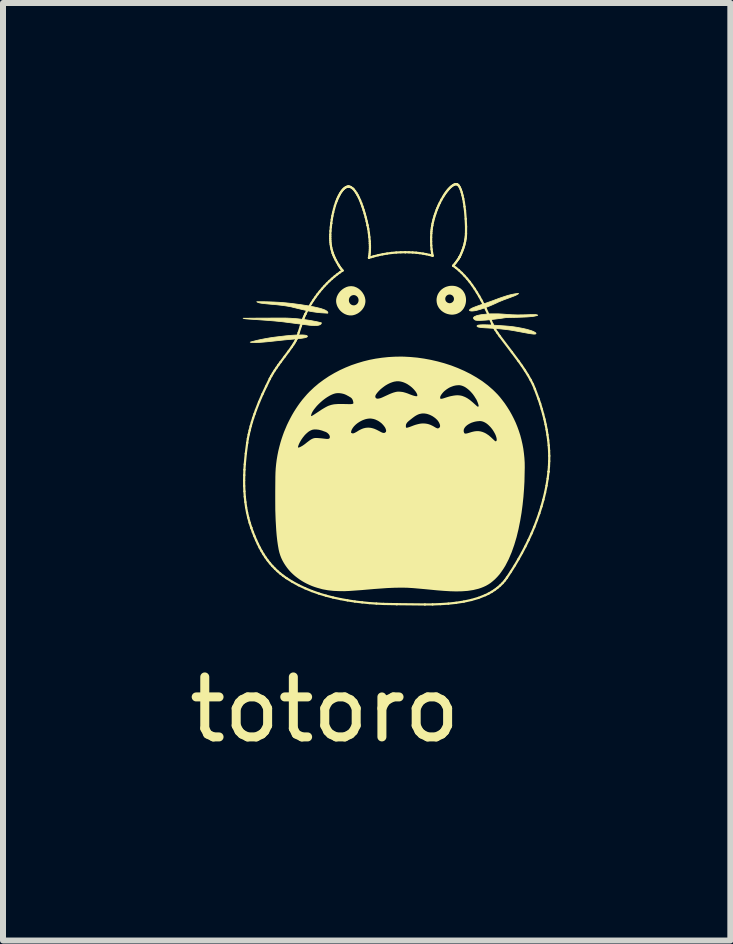
<source format=kicad_pcb>
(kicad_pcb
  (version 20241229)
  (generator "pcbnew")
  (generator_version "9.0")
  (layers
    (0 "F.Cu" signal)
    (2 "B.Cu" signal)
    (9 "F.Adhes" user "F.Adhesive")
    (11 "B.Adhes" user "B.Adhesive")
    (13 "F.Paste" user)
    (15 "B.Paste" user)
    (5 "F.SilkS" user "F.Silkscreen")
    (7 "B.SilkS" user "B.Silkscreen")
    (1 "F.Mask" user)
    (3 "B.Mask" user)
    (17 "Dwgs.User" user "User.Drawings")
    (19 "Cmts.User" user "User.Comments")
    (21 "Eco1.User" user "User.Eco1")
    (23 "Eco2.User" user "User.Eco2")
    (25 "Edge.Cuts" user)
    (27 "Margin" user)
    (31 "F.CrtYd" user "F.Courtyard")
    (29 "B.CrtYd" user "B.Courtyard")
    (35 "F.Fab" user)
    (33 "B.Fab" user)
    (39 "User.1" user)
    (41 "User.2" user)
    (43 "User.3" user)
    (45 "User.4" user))
  (footprint "totoro"
    (layer "F.Cu")
    (at 3.633 3.698)
    (property "Reference" "totoro" (at -1.27 5.08 0) (layer "F.SilkS") (effects (font (size 1 1) (thickness 0.15))))
    (attr through_hole)
    (fp_line (start -2.614 1.261) (end -2.613 1.352) (stroke (width 0.037) (type solid)) (layer "F.SilkS"))
    (fp_line (start -2.613 1.352) (end -2.609 1.441) (stroke (width 0.037) (type solid)) (layer "F.SilkS"))
    (fp_line (start -2.612 1.171) (end -2.614 1.261) (stroke (width 0.037) (type solid)) (layer "F.SilkS"))
    (fp_line (start -2.609 1.441) (end -2.603 1.531) (stroke (width 0.037) (type solid)) (layer "F.SilkS"))
    (fp_line (start -2.609 1.081) (end -2.612 1.171) (stroke (width 0.037) (type solid)) (layer "F.SilkS"))
    (fp_line (start -2.603 0.99) (end -2.609 1.081) (stroke (width 0.037) (type solid)) (layer "F.SilkS"))
    (fp_line (start -2.603 1.531) (end -2.593 1.62) (stroke (width 0.037) (type solid)) (layer "F.SilkS"))
    (fp_line (start -2.593 1.62) (end -2.581 1.708) (stroke (width 0.037) (type solid)) (layer "F.SilkS"))
    (fp_line (start -2.586 0.811) (end -2.603 0.99) (stroke (width 0.037) (type solid)) (layer "F.SilkS"))
    (fp_line (start -2.581 1.708) (end -2.565 1.794) (stroke (width 0.037) (type solid)) (layer "F.SilkS"))
    (fp_line (start -2.565 1.794) (end -2.545 1.88) (stroke (width 0.037) (type solid)) (layer "F.SilkS"))
    (fp_line (start -2.563 0.634) (end -2.586 0.811) (stroke (width 0.037) (type solid)) (layer "F.SilkS"))
    (fp_line (start -2.563 0.634) (end -2.563 0.634) (stroke (width 0.037) (type solid)) (layer "F.SilkS"))
    (fp_line (start -2.552 0.564) (end -2.563 0.634) (stroke (width 0.037) (type solid)) (layer "F.SilkS"))
    (fp_line (start -2.545 1.88) (end -2.522 1.965) (stroke (width 0.037) (type solid)) (layer "F.SilkS"))
    (fp_line (start -2.538 0.495) (end -2.552 0.564) (stroke (width 0.037) (type solid)) (layer "F.SilkS"))
    (fp_line (start -2.522 1.965) (end -2.495 2.048) (stroke (width 0.037) (type solid)) (layer "F.SilkS"))
    (fp_line (start -2.522 0.426) (end -2.538 0.495) (stroke (width 0.037) (type solid)) (layer "F.SilkS"))
    (fp_line (start -2.505 0.357) (end -2.522 0.426) (stroke (width 0.037) (type solid)) (layer "F.SilkS"))
    (fp_line (start -2.495 2.048) (end -2.495 2.048) (stroke (width 0.037) (type solid)) (layer "F.SilkS"))
    (fp_line (start -2.495 2.048) (end -2.469 2.12) (stroke (width 0.037) (type solid)) (layer "F.SilkS"))
    (fp_line (start -2.485 0.288) (end -2.505 0.357) (stroke (width 0.037) (type solid)) (layer "F.SilkS"))
    (fp_line (start -2.469 2.12) (end -2.442 2.189) (stroke (width 0.037) (type solid)) (layer "F.SilkS"))
    (fp_line (start -2.464 0.22) (end -2.485 0.288) (stroke (width 0.037) (type solid)) (layer "F.SilkS"))
    (fp_line (start -2.442 2.189) (end -2.414 2.255) (stroke (width 0.037) (type solid)) (layer "F.SilkS"))
    (fp_line (start -2.441 0.153) (end -2.464 0.22) (stroke (width 0.037) (type solid)) (layer "F.SilkS"))
    (fp_line (start -2.417 0.086) (end -2.441 0.153) (stroke (width 0.037) (type solid)) (layer "F.SilkS"))
    (fp_line (start -2.414 2.255) (end -2.385 2.318) (stroke (width 0.037) (type solid)) (layer "F.SilkS"))
    (fp_line (start -2.385 2.318) (end -2.355 2.379) (stroke (width 0.037) (type solid)) (layer "F.SilkS"))
    (fp_line (start -2.365 -0.048) (end -2.417 0.086) (stroke (width 0.037) (type solid)) (layer "F.SilkS"))
    (fp_line (start -2.355 2.379) (end -2.324 2.436) (stroke (width 0.037) (type solid)) (layer "F.SilkS"))
    (fp_line (start -2.324 2.436) (end -2.291 2.491) (stroke (width 0.037) (type solid)) (layer "F.SilkS"))
    (fp_line (start -2.308 -0.179) (end -2.365 -0.048) (stroke (width 0.037) (type solid)) (layer "F.SilkS"))
    (fp_line (start -2.291 2.491) (end -2.257 2.543) (stroke (width 0.037) (type solid)) (layer "F.SilkS"))
    (fp_line (start -2.257 2.543) (end -2.221 2.593) (stroke (width 0.037) (type solid)) (layer "F.SilkS"))
    (fp_line (start -2.247 -0.308) (end -2.308 -0.179) (stroke (width 0.037) (type solid)) (layer "F.SilkS"))
    (fp_line (start -2.221 2.593) (end -2.183 2.641) (stroke (width 0.037) (type solid)) (layer "F.SilkS"))
    (fp_line (start -2.185 -0.436) (end -2.247 -0.308) (stroke (width 0.037) (type solid)) (layer "F.SilkS"))
    (fp_line (start -2.185 -0.436) (end -2.185 -0.436) (stroke (width 0.037) (type solid)) (layer "F.SilkS"))
    (fp_line (start -2.183 2.641) (end -2.143 2.687) (stroke (width 0.037) (type solid)) (layer "F.SilkS"))
    (fp_line (start -2.161 -0.481) (end -2.185 -0.436) (stroke (width 0.037) (type solid)) (layer "F.SilkS"))
    (fp_line (start -2.143 2.687) (end -2.101 2.73) (stroke (width 0.037) (type solid)) (layer "F.SilkS"))
    (fp_line (start -2.134 -0.527) (end -2.161 -0.481) (stroke (width 0.037) (type solid)) (layer "F.SilkS"))
    (fp_line (start -2.105 -0.573) (end -2.134 -0.527) (stroke (width 0.037) (type solid)) (layer "F.SilkS"))
    (fp_line (start -2.101 2.73) (end -2.057 2.772) (stroke (width 0.037) (type solid)) (layer "F.SilkS"))
    (fp_line (start -2.073 -0.62) (end -2.105 -0.573) (stroke (width 0.037) (type solid)) (layer "F.SilkS"))
    (fp_line (start -2.057 2.772) (end -2.011 2.812) (stroke (width 0.037) (type solid)) (layer "F.SilkS"))
    (fp_line (start -2.041 -0.667) (end -2.073 -0.62) (stroke (width 0.037) (type solid)) (layer "F.SilkS"))
    (fp_line (start -2.011 2.812) (end -1.962 2.85) (stroke (width 0.037) (type solid)) (layer "F.SilkS"))
    (fp_line (start -2.007 -0.713) (end -2.041 -0.667) (stroke (width 0.037) (type solid)) (layer "F.SilkS"))
    (fp_line (start -1.962 2.85) (end -1.91 2.887) (stroke (width 0.037) (type solid)) (layer "F.SilkS"))
    (fp_line (start -1.939 -0.804) (end -2.007 -0.713) (stroke (width 0.037) (type solid)) (layer "F.SilkS"))
    (fp_line (start -1.91 2.887) (end -1.91 2.887) (stroke (width 0.037) (type solid)) (layer "F.SilkS"))
    (fp_line (start -1.91 2.887) (end -1.81 2.95) (stroke (width 0.037) (type solid)) (layer "F.SilkS"))
    (fp_line (start -1.875 -0.89) (end -1.939 -0.804) (stroke (width 0.037) (type solid)) (layer "F.SilkS"))
    (fp_line (start -1.818 -0.969) (end -1.875 -0.89) (stroke (width 0.037) (type solid)) (layer "F.SilkS"))
    (fp_line (start -1.81 2.95) (end -1.705 3.007) (stroke (width 0.037) (type solid)) (layer "F.SilkS"))
    (fp_line (start -1.794 -1.005) (end -1.818 -0.969) (stroke (width 0.037) (type solid)) (layer "F.SilkS"))
    (fp_line (start -1.773 -1.038) (end -1.794 -1.005) (stroke (width 0.037) (type solid)) (layer "F.SilkS"))
    (fp_line (start -1.756 -1.068) (end -1.773 -1.038) (stroke (width 0.037) (type solid)) (layer "F.SilkS"))
    (fp_line (start -1.744 -1.094) (end -1.756 -1.068) (stroke (width 0.037) (type solid)) (layer "F.SilkS"))
    (fp_line (start -1.744 -1.094) (end -1.744 -1.094) (stroke (width 0.037) (type solid)) (layer "F.SilkS"))
    (fp_line (start -1.723 -1.148) (end -1.744 -1.094) (stroke (width 0.037) (type solid)) (layer "F.SilkS"))
    (fp_line (start -1.705 3.007) (end -1.596 3.058) (stroke (width 0.037) (type solid)) (layer "F.SilkS"))
    (fp_line (start -1.705 -1.203) (end -1.723 -1.148) (stroke (width 0.037) (type solid)) (layer "F.SilkS"))
    (fp_line (start -1.67 -1.311) (end -1.705 -1.203) (stroke (width 0.037) (type solid)) (layer "F.SilkS"))
    (fp_line (start -1.652 -1.365) (end -1.67 -1.311) (stroke (width 0.037) (type solid)) (layer "F.SilkS"))
    (fp_line (start -1.634 -1.416) (end -1.652 -1.365) (stroke (width 0.037) (type solid)) (layer "F.SilkS"))
    (fp_line (start -1.625 -1.441) (end -1.634 -1.416) (stroke (width 0.037) (type solid)) (layer "F.SilkS"))
    (fp_line (start -1.615 -1.466) (end -1.625 -1.441) (stroke (width 0.037) (type solid)) (layer "F.SilkS"))
    (fp_line (start -1.604 -1.49) (end -1.615 -1.466) (stroke (width 0.037) (type solid)) (layer "F.SilkS"))
    (fp_line (start -1.596 3.058) (end -1.484 3.104) (stroke (width 0.037) (type solid)) (layer "F.SilkS"))
    (fp_line (start -1.593 -1.513) (end -1.604 -1.49) (stroke (width 0.037) (type solid)) (layer "F.SilkS"))
    (fp_line (start -1.593 -1.513) (end -1.593 -1.513) (stroke (width 0.037) (type solid)) (layer "F.SilkS"))
    (fp_line (start -1.563 -1.573) (end -1.593 -1.513) (stroke (width 0.037) (type solid)) (layer "F.SilkS"))
    (fp_line (start -1.531 -1.631) (end -1.563 -1.573) (stroke (width 0.037) (type solid)) (layer "F.SilkS"))
    (fp_line (start -1.498 -1.687) (end -1.531 -1.631) (stroke (width 0.037) (type solid)) (layer "F.SilkS"))
    (fp_line (start -1.484 3.104) (end -1.368 3.145) (stroke (width 0.037) (type solid)) (layer "F.SilkS"))
    (fp_line (start -1.464 -1.74) (end -1.498 -1.687) (stroke (width 0.037) (type solid)) (layer "F.SilkS"))
    (fp_line (start -1.428 -1.792) (end -1.464 -1.74) (stroke (width 0.037) (type solid)) (layer "F.SilkS"))
    (fp_line (start -1.392 -1.842) (end -1.428 -1.792) (stroke (width 0.037) (type solid)) (layer "F.SilkS"))
    (fp_line (start -1.368 3.145) (end -1.251 3.18) (stroke (width 0.037) (type solid)) (layer "F.SilkS"))
    (fp_line (start -1.354 -1.89) (end -1.392 -1.842) (stroke (width 0.037) (type solid)) (layer "F.SilkS"))
    (fp_line (start -1.315 -1.936) (end -1.354 -1.89) (stroke (width 0.037) (type solid)) (layer "F.SilkS"))
    (fp_line (start -1.276 -1.98) (end -1.315 -1.936) (stroke (width 0.037) (type solid)) (layer "F.SilkS"))
    (fp_line (start -1.251 3.18) (end -1.132 3.211) (stroke (width 0.037) (type solid)) (layer "F.SilkS"))
    (fp_line (start -1.235 -2.023) (end -1.276 -1.98) (stroke (width 0.037) (type solid)) (layer "F.SilkS"))
    (fp_line (start -1.194 -2.063) (end -1.235 -2.023) (stroke (width 0.037) (type solid)) (layer "F.SilkS"))
    (fp_line (start -1.178 -2.804) (end -1.178 -2.772) (stroke (width 0.037) (type solid)) (layer "F.SilkS"))
    (fp_line (start -1.178 -2.772) (end -1.177 -2.741) (stroke (width 0.037) (type solid)) (layer "F.SilkS"))
    (fp_line (start -1.178 -2.835) (end -1.178 -2.804) (stroke (width 0.037) (type solid)) (layer "F.SilkS"))
    (fp_line (start -1.177 -2.741) (end -1.175 -2.711) (stroke (width 0.037) (type solid)) (layer "F.SilkS"))
    (fp_line (start -1.175 -2.898) (end -1.178 -2.835) (stroke (width 0.037) (type solid)) (layer "F.SilkS"))
    (fp_line (start -1.175 -2.711) (end -1.172 -2.68) (stroke (width 0.037) (type solid)) (layer "F.SilkS"))
    (fp_line (start -1.172 -2.68) (end -1.167 -2.649) (stroke (width 0.037) (type solid)) (layer "F.SilkS"))
    (fp_line (start -1.169 -2.962) (end -1.175 -2.898) (stroke (width 0.037) (type solid)) (layer "F.SilkS"))
    (fp_line (start -1.167 -2.649) (end -1.162 -2.619) (stroke (width 0.037) (type solid)) (layer "F.SilkS"))
    (fp_line (start -1.162 -3.026) (end -1.169 -2.962) (stroke (width 0.037) (type solid)) (layer "F.SilkS"))
    (fp_line (start -1.162 -3.026) (end -1.162 -3.026) (stroke (width 0.037) (type solid)) (layer "F.SilkS"))
    (fp_line (start -1.162 -2.619) (end -1.155 -2.589) (stroke (width 0.037) (type solid)) (layer "F.SilkS"))
    (fp_line (start -1.155 -2.589) (end -1.147 -2.56) (stroke (width 0.037) (type solid)) (layer "F.SilkS"))
    (fp_line (start -1.153 -3.089) (end -1.162 -3.026) (stroke (width 0.037) (type solid)) (layer "F.SilkS"))
    (fp_line (start -1.151 -2.102) (end -1.194 -2.063) (stroke (width 0.037) (type solid)) (layer "F.SilkS"))
    (fp_line (start -1.147 -2.56) (end -1.138 -2.53) (stroke (width 0.037) (type solid)) (layer "F.SilkS"))
    (fp_line (start -1.143 -3.149) (end -1.153 -3.089) (stroke (width 0.037) (type solid)) (layer "F.SilkS"))
    (fp_line (start -1.138 -2.53) (end -1.138 -2.53) (stroke (width 0.037) (type solid)) (layer "F.SilkS"))
    (fp_line (start -1.138 -2.53) (end -1.132 -2.513) (stroke (width 0.037) (type solid)) (layer "F.SilkS"))
    (fp_line (start -1.132 -2.513) (end -1.125 -2.495) (stroke (width 0.037) (type solid)) (layer "F.SilkS"))
    (fp_line (start -1.132 3.211) (end -1.011 3.237) (stroke (width 0.037) (type solid)) (layer "F.SilkS"))
    (fp_line (start -1.13 -3.208) (end -1.143 -3.149) (stroke (width 0.037) (type solid)) (layer "F.SilkS"))
    (fp_line (start -1.125 -2.495) (end -1.117 -2.476) (stroke (width 0.037) (type solid)) (layer "F.SilkS"))
    (fp_line (start -1.117 -2.476) (end -1.108 -2.457) (stroke (width 0.037) (type solid)) (layer "F.SilkS"))
    (fp_line (start -1.116 -3.264) (end -1.13 -3.208) (stroke (width 0.037) (type solid)) (layer "F.SilkS"))
    (fp_line (start -1.108 -2.139) (end -1.151 -2.102) (stroke (width 0.037) (type solid)) (layer "F.SilkS"))
    (fp_line (start -1.108 -2.457) (end -1.089 -2.417) (stroke (width 0.037) (type solid)) (layer "F.SilkS"))
    (fp_line (start -1.101 -3.318) (end -1.116 -3.264) (stroke (width 0.037) (type solid)) (layer "F.SilkS"))
    (fp_line (start -1.089 -2.417) (end -1.067 -2.377) (stroke (width 0.037) (type solid)) (layer "F.SilkS"))
    (fp_line (start -1.084 -3.368) (end -1.101 -3.318) (stroke (width 0.037) (type solid)) (layer "F.SilkS"))
    (fp_line (start -1.075 -3.392) (end -1.084 -3.368) (stroke (width 0.037) (type solid)) (layer "F.SilkS"))
    (fp_line (start -1.067 -2.377) (end -1.044 -2.338) (stroke (width 0.037) (type solid)) (layer "F.SilkS"))
    (fp_line (start -1.066 -3.415) (end -1.075 -3.392) (stroke (width 0.037) (type solid)) (layer "F.SilkS"))
    (fp_line (start -1.064 -2.174) (end -1.108 -2.139) (stroke (width 0.037) (type solid)) (layer "F.SilkS"))
    (fp_line (start -1.057 -3.438) (end -1.066 -3.415) (stroke (width 0.037) (type solid)) (layer "F.SilkS"))
    (fp_line (start -1.047 -3.459) (end -1.057 -3.438) (stroke (width 0.037) (type solid)) (layer "F.SilkS"))
    (fp_line (start -1.044 -2.338) (end -1.033 -2.319) (stroke (width 0.037) (type solid)) (layer "F.SilkS"))
    (fp_line (start -1.037 -3.479) (end -1.047 -3.459) (stroke (width 0.037) (type solid)) (layer "F.SilkS"))
    (fp_line (start -1.033 -2.319) (end -1.021 -2.301) (stroke (width 0.037) (type solid)) (layer "F.SilkS"))
    (fp_line (start -1.027 -3.498) (end -1.037 -3.479) (stroke (width 0.037) (type solid)) (layer "F.SilkS"))
    (fp_line (start -1.021 -2.301) (end -1.009 -2.283) (stroke (width 0.037) (type solid)) (layer "F.SilkS"))
    (fp_line (start -1.019 -2.207) (end -1.064 -2.174) (stroke (width 0.037) (type solid)) (layer "F.SilkS"))
    (fp_line (start -1.017 -3.517) (end -1.027 -3.498) (stroke (width 0.037) (type solid)) (layer "F.SilkS"))
    (fp_line (start -1.011 3.237) (end -0.89 3.259) (stroke (width 0.037) (type solid)) (layer "F.SilkS"))
    (fp_line (start -1.009 -2.283) (end -0.997 -2.267) (stroke (width 0.037) (type solid)) (layer "F.SilkS"))
    (fp_line (start -1.007 -3.534) (end -1.017 -3.517) (stroke (width 0.037) (type solid)) (layer "F.SilkS"))
    (fp_line (start -0.997 -2.267) (end -0.985 -2.252) (stroke (width 0.037) (type solid)) (layer "F.SilkS"))
    (fp_line (start -0.996 -3.55) (end -1.007 -3.534) (stroke (width 0.037) (type solid)) (layer "F.SilkS"))
    (fp_line (start -0.985 -3.565) (end -0.996 -3.55) (stroke (width 0.037) (type solid)) (layer "F.SilkS"))
    (fp_line (start -0.985 -2.252) (end -0.974 -2.239) (stroke (width 0.037) (type solid)) (layer "F.SilkS"))
    (fp_line (start -0.975 -3.578) (end -0.985 -3.565) (stroke (width 0.037) (type solid)) (layer "F.SilkS"))
    (fp_line (start -0.974 -2.239) (end -1.019 -2.207) (stroke (width 0.037) (type solid)) (layer "F.SilkS"))
    (fp_line (start -0.974 -2.239) (end -0.974 -2.239) (stroke (width 0.037) (type solid)) (layer "F.SilkS"))
    (fp_line (start -0.964 -3.59) (end -0.975 -3.578) (stroke (width 0.037) (type solid)) (layer "F.SilkS"))
    (fp_line (start -0.953 -3.601) (end -0.964 -3.59) (stroke (width 0.037) (type solid)) (layer "F.SilkS"))
    (fp_line (start -0.942 -3.611) (end -0.953 -3.601) (stroke (width 0.037) (type solid)) (layer "F.SilkS"))
    (fp_line (start -0.931 -3.619) (end -0.942 -3.611) (stroke (width 0.037) (type solid)) (layer "F.SilkS"))
    (fp_line (start -0.919 -3.626) (end -0.931 -3.619) (stroke (width 0.037) (type solid)) (layer "F.SilkS"))
    (fp_line (start -0.908 -3.632) (end -0.919 -3.626) (stroke (width 0.037) (type solid)) (layer "F.SilkS"))
    (fp_line (start -0.897 -3.636) (end -0.908 -3.632) (stroke (width 0.037) (type solid)) (layer "F.SilkS"))
    (fp_line (start -0.89 3.259) (end -0.768 3.278) (stroke (width 0.037) (type solid)) (layer "F.SilkS"))
    (fp_line (start -0.886 -3.638) (end -0.897 -3.636) (stroke (width 0.037) (type solid)) (layer "F.SilkS"))
    (fp_line (start -0.875 -3.639) (end -0.886 -3.638) (stroke (width 0.037) (type solid)) (layer "F.SilkS"))
    (fp_line (start -0.875 -3.639) (end -0.875 -3.639) (stroke (width 0.037) (type solid)) (layer "F.SilkS"))
    (fp_line (start -0.864 -3.638) (end -0.875 -3.639) (stroke (width 0.037) (type solid)) (layer "F.SilkS"))
    (fp_line (start -0.853 -3.635) (end -0.864 -3.638) (stroke (width 0.037) (type solid)) (layer "F.SilkS"))
    (fp_line (start -0.842 -3.632) (end -0.853 -3.635) (stroke (width 0.037) (type solid)) (layer "F.SilkS"))
    (fp_line (start -0.831 -3.626) (end -0.842 -3.632) (stroke (width 0.037) (type solid)) (layer "F.SilkS"))
    (fp_line (start -0.808 -3.611) (end -0.831 -3.626) (stroke (width 0.037) (type solid)) (layer "F.SilkS"))
    (fp_line (start -0.786 -3.59) (end -0.808 -3.611) (stroke (width 0.037) (type solid)) (layer "F.SilkS"))
    (fp_line (start -0.768 3.278) (end -0.647 3.292) (stroke (width 0.037) (type solid)) (layer "F.SilkS"))
    (fp_line (start -0.765 -3.563) (end -0.786 -3.59) (stroke (width 0.037) (type solid)) (layer "F.SilkS"))
    (fp_line (start -0.743 -3.531) (end -0.765 -3.563) (stroke (width 0.037) (type solid)) (layer "F.SilkS"))
    (fp_line (start -0.722 -3.495) (end -0.743 -3.531) (stroke (width 0.037) (type solid)) (layer "F.SilkS"))
    (fp_line (start -0.701 -3.454) (end -0.722 -3.495) (stroke (width 0.037) (type solid)) (layer "F.SilkS"))
    (fp_line (start -0.681 -3.409) (end -0.701 -3.454) (stroke (width 0.037) (type solid)) (layer "F.SilkS"))
    (fp_line (start -0.661 -3.359) (end -0.681 -3.409) (stroke (width 0.037) (type solid)) (layer "F.SilkS"))
    (fp_line (start -0.647 3.292) (end -0.527 3.304) (stroke (width 0.037) (type solid)) (layer "F.SilkS"))
    (fp_line (start -0.642 -3.306) (end -0.661 -3.359) (stroke (width 0.037) (type solid)) (layer "F.SilkS"))
    (fp_line (start -0.623 -3.249) (end -0.642 -3.306) (stroke (width 0.037) (type solid)) (layer "F.SilkS"))
    (fp_line (start -0.605 -3.189) (end -0.623 -3.249) (stroke (width 0.037) (type solid)) (layer "F.SilkS"))
    (fp_line (start -0.588 -3.127) (end -0.605 -3.189) (stroke (width 0.037) (type solid)) (layer "F.SilkS"))
    (fp_line (start -0.572 -3.061) (end -0.588 -3.127) (stroke (width 0.037) (type solid)) (layer "F.SilkS"))
    (fp_line (start -0.557 -2.993) (end -0.572 -3.061) (stroke (width 0.037) (type solid)) (layer "F.SilkS"))
    (fp_line (start -0.557 -2.993) (end -0.557 -2.993) (stroke (width 0.037) (type solid)) (layer "F.SilkS"))
    (fp_line (start -0.545 -2.933) (end -0.557 -2.993) (stroke (width 0.037) (type solid)) (layer "F.SilkS"))
    (fp_line (start -0.535 -2.867) (end -0.545 -2.933) (stroke (width 0.037) (type solid)) (layer "F.SilkS"))
    (fp_line (start -0.533 -2.451) (end -0.533 -2.451) (stroke (width 0.037) (type solid)) (layer "F.SilkS"))
    (fp_line (start -0.533 -2.451) (end -0.527 -2.482) (stroke (width 0.037) (type solid)) (layer "F.SilkS"))
    (fp_line (start -0.527 3.304) (end -0.409 3.312) (stroke (width 0.037) (type solid)) (layer "F.SilkS"))
    (fp_line (start -0.527 -2.482) (end -0.523 -2.515) (stroke (width 0.037) (type solid)) (layer "F.SilkS"))
    (fp_line (start -0.527 -2.797) (end -0.535 -2.867) (stroke (width 0.037) (type solid)) (layer "F.SilkS"))
    (fp_line (start -0.523 -2.515) (end -0.52 -2.548) (stroke (width 0.037) (type solid)) (layer "F.SilkS"))
    (fp_line (start -0.52 -2.726) (end -0.527 -2.797) (stroke (width 0.037) (type solid)) (layer "F.SilkS"))
    (fp_line (start -0.52 -2.548) (end -0.518 -2.583) (stroke (width 0.037) (type solid)) (layer "F.SilkS"))
    (fp_line (start -0.519 -2.689) (end -0.52 -2.726) (stroke (width 0.037) (type solid)) (layer "F.SilkS"))
    (fp_line (start -0.518 -2.583) (end -0.517 -2.618) (stroke (width 0.037) (type solid)) (layer "F.SilkS"))
    (fp_line (start -0.517 -2.653) (end -0.519 -2.689) (stroke (width 0.037) (type solid)) (layer "F.SilkS"))
    (fp_line (start -0.517 -2.618) (end -0.517 -2.653) (stroke (width 0.037) (type solid)) (layer "F.SilkS"))
    (fp_line (start -0.495 -2.463) (end -0.533 -2.451) (stroke (width 0.037) (type solid)) (layer "F.SilkS"))
    (fp_line (start -0.458 -2.474) (end -0.495 -2.463) (stroke (width 0.037) (type solid)) (layer "F.SilkS"))
    (fp_line (start -0.409 3.312) (end -0.292 3.318) (stroke (width 0.037) (type solid)) (layer "F.SilkS"))
    (fp_line (start -0.383 -2.493) (end -0.458 -2.474) (stroke (width 0.037) (type solid)) (layer "F.SilkS"))
    (fp_line (start -0.307 -2.509) (end -0.383 -2.493) (stroke (width 0.037) (type solid)) (layer "F.SilkS"))
    (fp_line (start -0.292 3.318) (end -0.068 3.322) (stroke (width 0.037) (type solid)) (layer "F.SilkS"))
    (fp_line (start -0.231 -2.522) (end -0.307 -2.509) (stroke (width 0.037) (type solid)) (layer "F.SilkS"))
    (fp_line (start -0.155 -2.532) (end -0.231 -2.522) (stroke (width 0.037) (type solid)) (layer "F.SilkS"))
    (fp_line (start -0.079 -2.539) (end -0.155 -2.532) (stroke (width 0.037) (type solid)) (layer "F.SilkS"))
    (fp_line (start -0.068 3.322) (end -0.068 3.322) (stroke (width 0.037) (type solid)) (layer "F.SilkS"))
    (fp_line (start -0.068 3.322) (end 0.399 3.327) (stroke (width 0.037) (type solid)) (layer "F.SilkS"))
    (fp_line (start -0.003 -2.543) (end -0.079 -2.539) (stroke (width 0.037) (type solid)) (layer "F.SilkS"))
    (fp_line (start 0.072 -2.544) (end -0.003 -2.543) (stroke (width 0.037) (type solid)) (layer "F.SilkS"))
    (fp_line (start 0.072 -2.544) (end 0.072 -2.544) (stroke (width 0.037) (type solid)) (layer "F.SilkS"))
    (fp_line (start 0.134 -2.543) (end 0.072 -2.544) (stroke (width 0.037) (type solid)) (layer "F.SilkS"))
    (fp_line (start 0.195 -2.54) (end 0.134 -2.543) (stroke (width 0.037) (type solid)) (layer "F.SilkS"))
    (fp_line (start 0.254 -2.536) (end 0.195 -2.54) (stroke (width 0.037) (type solid)) (layer "F.SilkS"))
    (fp_line (start 0.312 -2.529) (end 0.254 -2.536) (stroke (width 0.037) (type solid)) (layer "F.SilkS"))
    (fp_line (start 0.368 -2.521) (end 0.312 -2.529) (stroke (width 0.037) (type solid)) (layer "F.SilkS"))
    (fp_line (start 0.399 3.327) (end 0.528 3.326) (stroke (width 0.037) (type solid)) (layer "F.SilkS"))
    (fp_line (start 0.422 -2.511) (end 0.368 -2.521) (stroke (width 0.037) (type solid)) (layer "F.SilkS"))
    (fp_line (start 0.475 -2.499) (end 0.422 -2.511) (stroke (width 0.037) (type solid)) (layer "F.SilkS"))
    (fp_line (start 0.503 -2.724) (end 0.505 -2.657) (stroke (width 0.037) (type solid)) (layer "F.SilkS"))
    (fp_line (start 0.503 -2.792) (end 0.503 -2.724) (stroke (width 0.037) (type solid)) (layer "F.SilkS"))
    (fp_line (start 0.505 -2.657) (end 0.51 -2.594) (stroke (width 0.037) (type solid)) (layer "F.SilkS"))
    (fp_line (start 0.506 -2.86) (end 0.503 -2.792) (stroke (width 0.037) (type solid)) (layer "F.SilkS"))
    (fp_line (start 0.508 -2.893) (end 0.506 -2.86) (stroke (width 0.037) (type solid)) (layer "F.SilkS"))
    (fp_line (start 0.51 -2.594) (end 0.518 -2.536) (stroke (width 0.037) (type solid)) (layer "F.SilkS"))
    (fp_line (start 0.512 -2.926) (end 0.508 -2.893) (stroke (width 0.037) (type solid)) (layer "F.SilkS"))
    (fp_line (start 0.516 -2.957) (end 0.512 -2.926) (stroke (width 0.037) (type solid)) (layer "F.SilkS"))
    (fp_line (start 0.518 -2.536) (end 0.522 -2.509) (stroke (width 0.037) (type solid)) (layer "F.SilkS"))
    (fp_line (start 0.521 -2.987) (end 0.516 -2.957) (stroke (width 0.037) (type solid)) (layer "F.SilkS"))
    (fp_line (start 0.521 -2.987) (end 0.521 -2.987) (stroke (width 0.037) (type solid)) (layer "F.SilkS"))
    (fp_line (start 0.522 -2.509) (end 0.527 -2.485) (stroke (width 0.037) (type solid)) (layer "F.SilkS"))
    (fp_line (start 0.527 -2.485) (end 0.475 -2.499) (stroke (width 0.037) (type solid)) (layer "F.SilkS"))
    (fp_line (start 0.527 -2.485) (end 0.527 -2.485) (stroke (width 0.037) (type solid)) (layer "F.SilkS"))
    (fp_line (start 0.527 -3.021) (end 0.521 -2.987) (stroke (width 0.037) (type solid)) (layer "F.SilkS"))
    (fp_line (start 0.528 3.326) (end 0.659 3.321) (stroke (width 0.037) (type solid)) (layer "F.SilkS"))
    (fp_line (start 0.535 -3.055) (end 0.527 -3.021) (stroke (width 0.037) (type solid)) (layer "F.SilkS"))
    (fp_line (start 0.543 -3.088) (end 0.535 -3.055) (stroke (width 0.037) (type solid)) (layer "F.SilkS"))
    (fp_line (start 0.552 -3.121) (end 0.543 -3.088) (stroke (width 0.037) (type solid)) (layer "F.SilkS"))
    (fp_line (start 0.562 -3.154) (end 0.552 -3.121) (stroke (width 0.037) (type solid)) (layer "F.SilkS"))
    (fp_line (start 0.573 -3.186) (end 0.562 -3.154) (stroke (width 0.037) (type solid)) (layer "F.SilkS"))
    (fp_line (start 0.584 -3.218) (end 0.573 -3.186) (stroke (width 0.037) (type solid)) (layer "F.SilkS"))
    (fp_line (start 0.595 -3.249) (end 0.584 -3.218) (stroke (width 0.037) (type solid)) (layer "F.SilkS"))
    (fp_line (start 0.607 -3.279) (end 0.595 -3.249) (stroke (width 0.037) (type solid)) (layer "F.SilkS"))
    (fp_line (start 0.62 -3.309) (end 0.607 -3.279) (stroke (width 0.037) (type solid)) (layer "F.SilkS"))
    (fp_line (start 0.633 -3.338) (end 0.62 -3.309) (stroke (width 0.037) (type solid)) (layer "F.SilkS"))
    (fp_line (start 0.647 -3.366) (end 0.633 -3.338) (stroke (width 0.037) (type solid)) (layer "F.SilkS"))
    (fp_line (start 0.659 3.321) (end 0.79 3.313) (stroke (width 0.037) (type solid)) (layer "F.SilkS"))
    (fp_line (start 0.674 -3.42) (end 0.647 -3.366) (stroke (width 0.037) (type solid)) (layer "F.SilkS"))
    (fp_line (start 0.703 -3.469) (end 0.674 -3.42) (stroke (width 0.037) (type solid)) (layer "F.SilkS"))
    (fp_line (start 0.718 -3.493) (end 0.703 -3.469) (stroke (width 0.037) (type solid)) (layer "F.SilkS"))
    (fp_line (start 0.732 -3.515) (end 0.718 -3.493) (stroke (width 0.037) (type solid)) (layer "F.SilkS"))
    (fp_line (start 0.747 -3.536) (end 0.732 -3.515) (stroke (width 0.037) (type solid)) (layer "F.SilkS"))
    (fp_line (start 0.762 -3.556) (end 0.747 -3.536) (stroke (width 0.037) (type solid)) (layer "F.SilkS"))
    (fp_line (start 0.777 -3.575) (end 0.762 -3.556) (stroke (width 0.037) (type solid)) (layer "F.SilkS"))
    (fp_line (start 0.79 3.313) (end 0.92 3.299) (stroke (width 0.037) (type solid)) (layer "F.SilkS"))
    (fp_line (start 0.791 -3.592) (end 0.777 -3.575) (stroke (width 0.037) (type solid)) (layer "F.SilkS"))
    (fp_line (start 0.806 -3.608) (end 0.791 -3.592) (stroke (width 0.037) (type solid)) (layer "F.SilkS"))
    (fp_line (start 0.82 -3.622) (end 0.806 -3.608) (stroke (width 0.037) (type solid)) (layer "F.SilkS"))
    (fp_line (start 0.834 -3.635) (end 0.82 -3.622) (stroke (width 0.037) (type solid)) (layer "F.SilkS"))
    (fp_line (start 0.848 -3.646) (end 0.834 -3.635) (stroke (width 0.037) (type solid)) (layer "F.SilkS"))
    (fp_line (start 0.861 -3.656) (end 0.848 -3.646) (stroke (width 0.037) (type solid)) (layer "F.SilkS"))
    (fp_line (start 0.87 -2.319) (end 0.87 -2.319) (stroke (width 0.037) (type solid)) (layer "F.SilkS"))
    (fp_line (start 0.87 -2.319) (end 0.886 -2.337) (stroke (width 0.037) (type solid)) (layer "F.SilkS"))
    (fp_line (start 0.874 -3.664) (end 0.861 -3.656) (stroke (width 0.037) (type solid)) (layer "F.SilkS"))
    (fp_line (start 0.886 -2.337) (end 0.902 -2.357) (stroke (width 0.037) (type solid)) (layer "F.SilkS"))
    (fp_line (start 0.887 -3.671) (end 0.874 -3.664) (stroke (width 0.037) (type solid)) (layer "F.SilkS"))
    (fp_line (start 0.899 -3.675) (end 0.887 -3.671) (stroke (width 0.037) (type solid)) (layer "F.SilkS"))
    (fp_line (start 0.902 -2.357) (end 0.917 -2.376) (stroke (width 0.037) (type solid)) (layer "F.SilkS"))
    (fp_line (start 0.911 -3.678) (end 0.899 -3.675) (stroke (width 0.037) (type solid)) (layer "F.SilkS"))
    (fp_line (start 0.917 -2.376) (end 0.932 -2.396) (stroke (width 0.037) (type solid)) (layer "F.SilkS"))
    (fp_line (start 0.919 -2.282) (end 0.87 -2.319) (stroke (width 0.037) (type solid)) (layer "F.SilkS"))
    (fp_line (start 0.92 3.299) (end 1.049 3.279) (stroke (width 0.037) (type solid)) (layer "F.SilkS"))
    (fp_line (start 0.922 -3.679) (end 0.911 -3.678) (stroke (width 0.037) (type solid)) (layer "F.SilkS"))
    (fp_line (start 0.922 -3.679) (end 0.922 -3.679) (stroke (width 0.037) (type solid)) (layer "F.SilkS"))
    (fp_line (start 0.922 -3.679) (end 0.922 -3.679) (stroke (width 0.037) (type solid)) (layer "F.SilkS"))
    (fp_line (start 0.932 -3.678) (end 0.922 -3.679) (stroke (width 0.037) (type solid)) (layer "F.SilkS"))
    (fp_line (start 0.932 -2.396) (end 0.946 -2.416) (stroke (width 0.037) (type solid)) (layer "F.SilkS"))
    (fp_line (start 0.942 -3.673) (end 0.932 -3.678) (stroke (width 0.037) (type solid)) (layer "F.SilkS"))
    (fp_line (start 0.946 -2.416) (end 0.959 -2.434) (stroke (width 0.037) (type solid)) (layer "F.SilkS"))
    (fp_line (start 0.952 -3.665) (end 0.942 -3.673) (stroke (width 0.037) (type solid)) (layer "F.SilkS"))
    (fp_line (start 0.959 -2.434) (end 0.965 -2.444) (stroke (width 0.037) (type solid)) (layer "F.SilkS"))
    (fp_line (start 0.962 -3.655) (end 0.952 -3.665) (stroke (width 0.037) (type solid)) (layer "F.SilkS"))
    (fp_line (start 0.965 -2.444) (end 0.97 -2.453) (stroke (width 0.037) (type solid)) (layer "F.SilkS"))
    (fp_line (start 0.967 -2.242) (end 0.919 -2.282) (stroke (width 0.037) (type solid)) (layer "F.SilkS"))
    (fp_line (start 0.97 -2.453) (end 0.975 -2.462) (stroke (width 0.037) (type solid)) (layer "F.SilkS"))
    (fp_line (start 0.975 -2.462) (end 0.98 -2.47) (stroke (width 0.037) (type solid)) (layer "F.SilkS"))
    (fp_line (start 0.98 -2.47) (end 0.98 -2.47) (stroke (width 0.037) (type solid)) (layer "F.SilkS"))
    (fp_line (start 0.98 -2.47) (end 0.991 -2.492) (stroke (width 0.037) (type solid)) (layer "F.SilkS"))
    (fp_line (start 0.98 -3.627) (end 0.962 -3.655) (stroke (width 0.037) (type solid)) (layer "F.SilkS"))
    (fp_line (start 0.991 -2.492) (end 1.001 -2.515) (stroke (width 0.037) (type solid)) (layer "F.SilkS"))
    (fp_line (start 0.997 -3.589) (end 0.98 -3.627) (stroke (width 0.037) (type solid)) (layer "F.SilkS"))
    (fp_line (start 1.001 -2.515) (end 1.011 -2.538) (stroke (width 0.037) (type solid)) (layer "F.SilkS"))
    (fp_line (start 1.011 -2.538) (end 1.02 -2.561) (stroke (width 0.037) (type solid)) (layer "F.SilkS"))
    (fp_line (start 1.012 -3.544) (end 0.997 -3.589) (stroke (width 0.037) (type solid)) (layer "F.SilkS"))
    (fp_line (start 1.013 -2.199) (end 0.967 -2.242) (stroke (width 0.037) (type solid)) (layer "F.SilkS"))
    (fp_line (start 1.02 -2.561) (end 1.029 -2.584) (stroke (width 0.037) (type solid)) (layer "F.SilkS"))
    (fp_line (start 1.026 -3.491) (end 1.012 -3.544) (stroke (width 0.037) (type solid)) (layer "F.SilkS"))
    (fp_line (start 1.029 -2.584) (end 1.038 -2.608) (stroke (width 0.037) (type solid)) (layer "F.SilkS"))
    (fp_line (start 1.038 -2.608) (end 1.045 -2.631) (stroke (width 0.037) (type solid)) (layer "F.SilkS"))
    (fp_line (start 1.039 -3.433) (end 1.026 -3.491) (stroke (width 0.037) (type solid)) (layer "F.SilkS"))
    (fp_line (start 1.045 -2.631) (end 1.053 -2.655) (stroke (width 0.037) (type solid)) (layer "F.SilkS"))
    (fp_line (start 1.049 3.279) (end 1.173 3.252) (stroke (width 0.037) (type solid)) (layer "F.SilkS"))
    (fp_line (start 1.05 -3.371) (end 1.039 -3.433) (stroke (width 0.037) (type solid)) (layer "F.SilkS"))
    (fp_line (start 1.053 -2.655) (end 1.059 -2.679) (stroke (width 0.037) (type solid)) (layer "F.SilkS"))
    (fp_line (start 1.058 -2.152) (end 1.013 -2.199) (stroke (width 0.037) (type solid)) (layer "F.SilkS"))
    (fp_line (start 1.059 -2.679) (end 1.065 -2.704) (stroke (width 0.037) (type solid)) (layer "F.SilkS"))
    (fp_line (start 1.059 -3.305) (end 1.05 -3.371) (stroke (width 0.037) (type solid)) (layer "F.SilkS"))
    (fp_line (start 1.065 -2.704) (end 1.07 -2.728) (stroke (width 0.037) (type solid)) (layer "F.SilkS"))
    (fp_line (start 1.068 -3.237) (end 1.059 -3.305) (stroke (width 0.037) (type solid)) (layer "F.SilkS"))
    (fp_line (start 1.07 -2.728) (end 1.074 -2.753) (stroke (width 0.037) (type solid)) (layer "F.SilkS"))
    (fp_line (start 1.074 -2.753) (end 1.078 -2.777) (stroke (width 0.037) (type solid)) (layer "F.SilkS"))
    (fp_line (start 1.078 -2.777) (end 1.081 -2.802) (stroke (width 0.037) (type solid)) (layer "F.SilkS"))
    (fp_line (start 1.079 -3.099) (end 1.068 -3.237) (stroke (width 0.037) (type solid)) (layer "F.SilkS"))
    (fp_line (start 1.081 -2.802) (end 1.083 -2.827) (stroke (width 0.037) (type solid)) (layer "F.SilkS"))
    (fp_line (start 1.083 -2.827) (end 1.084 -2.851) (stroke (width 0.037) (type solid)) (layer "F.SilkS"))
    (fp_line (start 1.084 -2.851) (end 1.084 -2.851) (stroke (width 0.037) (type solid)) (layer "F.SilkS"))
    (fp_line (start 1.084 -2.851) (end 1.085 -2.968) (stroke (width 0.037) (type solid)) (layer "F.SilkS"))
    (fp_line (start 1.085 -2.968) (end 1.079 -3.099) (stroke (width 0.037) (type solid)) (layer "F.SilkS"))
    (fp_line (start 1.102 -2.103) (end 1.058 -2.152) (stroke (width 0.037) (type solid)) (layer "F.SilkS"))
    (fp_line (start 1.145 -2.051) (end 1.102 -2.103) (stroke (width 0.037) (type solid)) (layer "F.SilkS"))
    (fp_line (start 1.173 3.252) (end 1.293 3.217) (stroke (width 0.037) (type solid)) (layer "F.SilkS"))
    (fp_line (start 1.186 -1.995) (end 1.145 -2.051) (stroke (width 0.037) (type solid)) (layer "F.SilkS"))
    (fp_line (start 1.227 -1.936) (end 1.186 -1.995) (stroke (width 0.037) (type solid)) (layer "F.SilkS"))
    (fp_line (start 1.266 -1.874) (end 1.227 -1.936) (stroke (width 0.037) (type solid)) (layer "F.SilkS"))
    (fp_line (start 1.293 3.217) (end 1.406 3.172) (stroke (width 0.037) (type solid)) (layer "F.SilkS"))
    (fp_line (start 1.305 -1.809) (end 1.266 -1.874) (stroke (width 0.037) (type solid)) (layer "F.SilkS"))
    (fp_line (start 1.343 -1.74) (end 1.305 -1.809) (stroke (width 0.037) (type solid)) (layer "F.SilkS"))
    (fp_line (start 1.38 -1.668) (end 1.343 -1.74) (stroke (width 0.037) (type solid)) (layer "F.SilkS"))
    (fp_line (start 1.406 3.172) (end 1.46 3.146) (stroke (width 0.037) (type solid)) (layer "F.SilkS"))
    (fp_line (start 1.417 -1.593) (end 1.38 -1.668) (stroke (width 0.037) (type solid)) (layer "F.SilkS"))
    (fp_line (start 1.453 -1.514) (end 1.417 -1.593) (stroke (width 0.037) (type solid)) (layer "F.SilkS"))
    (fp_line (start 1.46 3.146) (end 1.512 3.117) (stroke (width 0.037) (type solid)) (layer "F.SilkS"))
    (fp_line (start 1.488 -1.431) (end 1.453 -1.514) (stroke (width 0.037) (type solid)) (layer "F.SilkS"))
    (fp_line (start 1.512 3.117) (end 1.561 3.085) (stroke (width 0.037) (type solid)) (layer "F.SilkS"))
    (fp_line (start 1.523 -1.345) (end 1.488 -1.431) (stroke (width 0.037) (type solid)) (layer "F.SilkS"))
    (fp_line (start 1.523 -1.345) (end 1.523 -1.345) (stroke (width 0.037) (type solid)) (layer "F.SilkS"))
    (fp_line (start 1.542 -1.304) (end 1.523 -1.345) (stroke (width 0.037) (type solid)) (layer "F.SilkS"))
    (fp_line (start 1.561 3.085) (end 1.608 3.05) (stroke (width 0.037) (type solid)) (layer "F.SilkS"))
    (fp_line (start 1.57 -1.256) (end 1.542 -1.304) (stroke (width 0.037) (type solid)) (layer "F.SilkS"))
    (fp_line (start 1.605 -1.204) (end 1.57 -1.256) (stroke (width 0.037) (type solid)) (layer "F.SilkS"))
    (fp_line (start 1.608 3.05) (end 1.652 3.012) (stroke (width 0.037) (type solid)) (layer "F.SilkS"))
    (fp_line (start 1.646 -1.146) (end 1.605 -1.204) (stroke (width 0.037) (type solid)) (layer "F.SilkS"))
    (fp_line (start 1.652 3.012) (end 1.694 2.971) (stroke (width 0.037) (type solid)) (layer "F.SilkS"))
    (fp_line (start 1.694 2.971) (end 1.732 2.927) (stroke (width 0.037) (type solid)) (layer "F.SilkS"))
    (fp_line (start 1.732 2.927) (end 1.767 2.879) (stroke (width 0.037) (type solid)) (layer "F.SilkS"))
    (fp_line (start 1.767 2.879) (end 1.767 2.879) (stroke (width 0.037) (type solid)) (layer "F.SilkS"))
    (fp_line (start 1.767 2.879) (end 1.833 2.779) (stroke (width 0.037) (type solid)) (layer "F.SilkS"))
    (fp_line (start 1.833 2.779) (end 1.897 2.677) (stroke (width 0.037) (type solid)) (layer "F.SilkS"))
    (fp_line (start 1.849 -0.878) (end 1.646 -1.146) (stroke (width 0.037) (type solid)) (layer "F.SilkS"))
    (fp_line (start 1.897 2.677) (end 1.958 2.573) (stroke (width 0.037) (type solid)) (layer "F.SilkS"))
    (fp_line (start 1.958 2.573) (end 2.017 2.468) (stroke (width 0.037) (type solid)) (layer "F.SilkS"))
    (fp_line (start 1.96 -0.729) (end 1.849 -0.878) (stroke (width 0.037) (type solid)) (layer "F.SilkS"))
    (fp_line (start 2.015 -0.652) (end 1.96 -0.729) (stroke (width 0.037) (type solid)) (layer "F.SilkS"))
    (fp_line (start 2.017 2.468) (end 2.073 2.361) (stroke (width 0.037) (type solid)) (layer "F.SilkS"))
    (fp_line (start 2.067 -0.574) (end 2.015 -0.652) (stroke (width 0.037) (type solid)) (layer "F.SilkS"))
    (fp_line (start 2.073 2.361) (end 2.126 2.253) (stroke (width 0.037) (type solid)) (layer "F.SilkS"))
    (fp_line (start 2.116 -0.496) (end 2.067 -0.574) (stroke (width 0.037) (type solid)) (layer "F.SilkS"))
    (fp_line (start 2.126 2.253) (end 2.176 2.144) (stroke (width 0.037) (type solid)) (layer "F.SilkS"))
    (fp_line (start 2.16 -0.418) (end 2.116 -0.496) (stroke (width 0.037) (type solid)) (layer "F.SilkS"))
    (fp_line (start 2.176 2.144) (end 2.223 2.033) (stroke (width 0.037) (type solid)) (layer "F.SilkS"))
    (fp_line (start 2.2 -0.341) (end 2.16 -0.418) (stroke (width 0.037) (type solid)) (layer "F.SilkS"))
    (fp_line (start 2.223 2.033) (end 2.266 1.921) (stroke (width 0.037) (type solid)) (layer "F.SilkS"))
    (fp_line (start 2.232 -0.264) (end 2.2 -0.341) (stroke (width 0.037) (type solid)) (layer "F.SilkS"))
    (fp_line (start 2.232 -0.264) (end 2.232 -0.264) (stroke (width 0.037) (type solid)) (layer "F.SilkS"))
    (fp_line (start 2.266 1.921) (end 2.306 1.808) (stroke (width 0.037) (type solid)) (layer "F.SilkS"))
    (fp_line (start 2.293 -0.1) (end 2.232 -0.264) (stroke (width 0.037) (type solid)) (layer "F.SilkS"))
    (fp_line (start 2.306 1.808) (end 2.342 1.694) (stroke (width 0.037) (type solid)) (layer "F.SilkS"))
    (fp_line (start 2.321 -0.016) (end 2.293 -0.1) (stroke (width 0.037) (type solid)) (layer "F.SilkS"))
    (fp_line (start 2.342 1.694) (end 2.374 1.58) (stroke (width 0.037) (type solid)) (layer "F.SilkS"))
    (fp_line (start 2.346 0.068) (end 2.321 -0.016) (stroke (width 0.037) (type solid)) (layer "F.SilkS"))
    (fp_line (start 2.37 0.154) (end 2.346 0.068) (stroke (width 0.037) (type solid)) (layer "F.SilkS"))
    (fp_line (start 2.374 1.58) (end 2.402 1.464) (stroke (width 0.037) (type solid)) (layer "F.SilkS"))
    (fp_line (start 2.392 0.24) (end 2.37 0.154) (stroke (width 0.037) (type solid)) (layer "F.SilkS"))
    (fp_line (start 2.402 1.464) (end 2.426 1.347) (stroke (width 0.037) (type solid)) (layer "F.SilkS"))
    (fp_line (start 2.411 0.326) (end 2.392 0.24) (stroke (width 0.037) (type solid)) (layer "F.SilkS"))
    (fp_line (start 2.426 1.347) (end 2.445 1.23) (stroke (width 0.037) (type solid)) (layer "F.SilkS"))
    (fp_line (start 2.428 0.413) (end 2.411 0.326) (stroke (width 0.037) (type solid)) (layer "F.SilkS"))
    (fp_line (start 2.442 0.5) (end 2.428 0.413) (stroke (width 0.037) (type solid)) (layer "F.SilkS"))
    (fp_line (start 2.445 1.23) (end 2.46 1.113) (stroke (width 0.037) (type solid)) (layer "F.SilkS"))
    (fp_line (start 2.454 0.588) (end 2.442 0.5) (stroke (width 0.037) (type solid)) (layer "F.SilkS"))
    (fp_line (start 2.46 1.113) (end 2.46 1.113) (stroke (width 0.037) (type solid)) (layer "F.SilkS"))
    (fp_line (start 2.46 1.113) (end 2.467 1.026) (stroke (width 0.037) (type solid)) (layer "F.SilkS"))
    (fp_line (start 2.463 0.675) (end 2.454 0.588) (stroke (width 0.037) (type solid)) (layer "F.SilkS"))
    (fp_line (start 2.467 1.026) (end 2.471 0.938) (stroke (width 0.037) (type solid)) (layer "F.SilkS"))
    (fp_line (start 2.469 0.763) (end 2.463 0.675) (stroke (width 0.037) (type solid)) (layer "F.SilkS"))
    (fp_line (start 2.471 0.938) (end 2.472 0.851) (stroke (width 0.037) (type solid)) (layer "F.SilkS"))
    (fp_line (start 2.472 0.851) (end 2.469 0.763) (stroke (width 0.037) (type solid)) (layer "F.SilkS"))
    (fp_poly (pts (xy -1.326 -1.367) (xy -1.328 -1.359) (xy -1.331 -1.352) (xy -1.336 -1.346) (xy -1.343 -1.34) (xy -1.351 -1.335) (xy -1.36 -1.332) (xy -1.371 -1.328) (xy -1.383 -1.326) (xy -1.396 -1.324) (xy -1.41 -1.323) (xy -1.443 -1.322) (xy -1.48 -1.324) (xy -1.522 -1.327) (xy -1.972 -1.385) (xy -2.103 -1.398) (xy -2.222 -1.408) (xy -2.419 -1.422) (xy -2.557 -1.431) (xy -2.602 -1.436) (xy -2.618 -1.439) (xy -2.63 -1.443) (xy -2.431 -1.445) (xy -2.22 -1.446) (xy -1.967 -1.447) (xy -1.902 -1.446) (xy -1.838 -1.443) (xy -1.777 -1.439) (xy -1.718 -1.434) (xy -1.609 -1.421) (xy -1.514 -1.407) (xy -1.435 -1.392) (xy -1.376 -1.38) (xy -1.326 -1.367)) (stroke (width 0.013) (type solid)) (fill yes) (layer "F.SilkS"))
    (fp_poly (pts (xy -1.56 -1.142) (xy -1.56 -1.139) (xy -1.562 -1.136) (xy -1.565 -1.133) (xy -1.57 -1.13) (xy -1.575 -1.127) (xy -1.581 -1.125) (xy -1.597 -1.12) (xy -1.617 -1.116) (xy -1.641 -1.112) (xy -1.668 -1.108) (xy -1.699 -1.105) (xy -1.768 -1.098) (xy -1.848 -1.091) (xy -1.935 -1.083) (xy -2.028 -1.073) (xy -2.205 -1.054) (xy -2.28 -1.047) (xy -2.345 -1.042) (xy -2.401 -1.039) (xy -2.448 -1.038) (xy -2.485 -1.04) (xy -2.5 -1.042) (xy -2.512 -1.045) (xy -2.473 -1.056) (xy -2.43 -1.067) (xy -2.381 -1.079) (xy -2.325 -1.091) (xy -2.262 -1.103) (xy -2.189 -1.116) (xy -2.108 -1.128) (xy -2.016 -1.139) (xy -1.922 -1.15) (xy -1.836 -1.158) (xy -1.758 -1.163) (xy -1.691 -1.165) (xy -1.636 -1.165) (xy -1.614 -1.163) (xy -1.595 -1.161) (xy -1.58 -1.157) (xy -1.569 -1.153) (xy -1.562 -1.148) (xy -1.56 -1.145) (xy -1.56 -1.142) (xy -1.56 -1.142)) (stroke (width 0.013) (type solid)) (fill yes) (layer "F.SilkS"))
    (fp_poly (pts (xy -1.783 -1.622) (xy -1.83 -1.634) (xy -1.879 -1.643) (xy -1.928 -1.651) (xy -1.978 -1.658) (xy -2.076 -1.669) (xy -2.169 -1.677) (xy -2.252 -1.685) (xy -2.322 -1.693) (xy -2.35 -1.698) (xy -2.374 -1.704) (xy -2.391 -1.711) (xy -2.398 -1.715) (xy -2.403 -1.719) (xy -2.349 -1.719) (xy -2.289 -1.719) (xy -2.212 -1.717) (xy -2.123 -1.714) (xy -2.027 -1.709) (xy -1.977 -1.705) (xy -1.928 -1.701) (xy -1.878 -1.696) (xy -1.83 -1.691) (xy -1.683 -1.672) (xy -1.556 -1.652) (xy -1.448 -1.632) (xy -1.361 -1.612) (xy -1.325 -1.602) (xy -1.294 -1.591) (xy -1.268 -1.581) (xy -1.248 -1.57) (xy -1.233 -1.56) (xy -1.223 -1.549) (xy -1.22 -1.544) (xy -1.219 -1.539) (xy -1.219 -1.534) (xy -1.22 -1.528) (xy -1.287 -1.532) (xy -1.346 -1.536) (xy -1.402 -1.542) (xy -1.431 -1.546) (xy -1.459 -1.55) (xy -1.49 -1.555) (xy -1.522 -1.561) (xy -1.593 -1.577) (xy -1.679 -1.597) (xy -1.783 -1.622)) (stroke (width 0.013) (type solid)) (fill yes) (layer "F.SilkS"))
    (fp_poly (pts (xy 1.961 -1.856) (xy 1.957 -1.852) (xy 1.952 -1.848) (xy 1.939 -1.84) (xy 1.925 -1.832) (xy 1.908 -1.824) (xy 1.889 -1.816) (xy 1.868 -1.808) (xy 1.821 -1.79) (xy 1.769 -1.771) (xy 1.712 -1.75) (xy 1.683 -1.738) (xy 1.653 -1.726) (xy 1.622 -1.713) (xy 1.591 -1.698) (xy 1.513 -1.663) (xy 1.438 -1.632) (xy 1.368 -1.607) (xy 1.335 -1.596) (xy 1.304 -1.587) (xy 1.275 -1.579) (xy 1.248 -1.572) (xy 1.223 -1.568) (xy 1.201 -1.565) (xy 1.182 -1.564) (xy 1.166 -1.565) (xy 1.153 -1.568) (xy 1.147 -1.57) (xy 1.143 -1.572) (xy 1.142 -1.576) (xy 1.143 -1.58) (xy 1.145 -1.584) (xy 1.148 -1.588) (xy 1.152 -1.592) (xy 1.158 -1.596) (xy 1.164 -1.6) (xy 1.171 -1.605) (xy 1.189 -1.614) (xy 1.211 -1.623) (xy 1.236 -1.633) (xy 1.265 -1.644) (xy 1.33 -1.667) (xy 1.406 -1.692) (xy 1.489 -1.721) (xy 1.533 -1.737) (xy 1.578 -1.754) (xy 1.657 -1.783) (xy 1.725 -1.806) (xy 1.782 -1.824) (xy 1.829 -1.836) (xy 1.87 -1.845) (xy 1.904 -1.851) (xy 1.934 -1.855) (xy 1.961 -1.856)) (stroke (width 0.013) (type solid)) (fill yes) (layer "F.SilkS"))
    (fp_poly (pts (xy 2.279 -1.493) (xy 2.267 -1.488) (xy 2.251 -1.484) (xy 2.232 -1.48) (xy 2.211 -1.476) (xy 2.186 -1.473) (xy 2.159 -1.47) (xy 2.096 -1.465) (xy 2.023 -1.462) (xy 1.941 -1.459) (xy 1.851 -1.457) (xy 1.754 -1.455) (xy 1.667 -1.442) (xy 1.581 -1.431) (xy 1.497 -1.421) (xy 1.42 -1.413) (xy 1.352 -1.409) (xy 1.296 -1.407) (xy 1.274 -1.408) (xy 1.256 -1.41) (xy 1.243 -1.412) (xy 1.235 -1.416) (xy 1.224 -1.423) (xy 1.217 -1.431) (xy 1.212 -1.437) (xy 1.209 -1.444) (xy 1.209 -1.45) (xy 1.211 -1.457) (xy 1.216 -1.462) (xy 1.222 -1.468) (xy 1.231 -1.473) (xy 1.242 -1.478) (xy 1.254 -1.483) (xy 1.268 -1.488) (xy 1.301 -1.496) (xy 1.34 -1.503) (xy 1.383 -1.508) (xy 1.43 -1.513) (xy 1.48 -1.516) (xy 1.533 -1.517) (xy 1.586 -1.517) (xy 1.64 -1.516) (xy 1.694 -1.513) (xy 1.747 -1.509) (xy 1.796 -1.505) (xy 1.845 -1.502) (xy 1.94 -1.499) (xy 2.028 -1.5) (xy 2.107 -1.502) (xy 2.175 -1.505) (xy 2.227 -1.505) (xy 2.248 -1.504) (xy 2.263 -1.501) (xy 2.274 -1.498) (xy 2.277 -1.496) (xy 2.279 -1.493)) (stroke (width 0.013) (type solid)) (fill yes) (layer "F.SilkS"))
    (fp_poly (pts (xy 2.25 -1.19) (xy 2.25 -1.187) (xy 2.248 -1.184) (xy 2.244 -1.182) (xy 2.239 -1.181) (xy 2.233 -1.18) (xy 2.225 -1.18) (xy 2.206 -1.18) (xy 2.183 -1.183) (xy 2.155 -1.187) (xy 2.089 -1.198) (xy 1.924 -1.229) (xy 1.832 -1.245) (xy 1.784 -1.252) (xy 1.736 -1.258) (xy 1.641 -1.268) (xy 1.553 -1.275) (xy 1.404 -1.284) (xy 1.347 -1.288) (xy 1.324 -1.291) (xy 1.305 -1.294) (xy 1.289 -1.297) (xy 1.278 -1.302) (xy 1.271 -1.307) (xy 1.269 -1.31) (xy 1.268 -1.313) (xy 1.269 -1.317) (xy 1.271 -1.32) (xy 1.274 -1.322) (xy 1.278 -1.325) (xy 1.284 -1.327) (xy 1.29 -1.329) (xy 1.307 -1.331) (xy 1.327 -1.333) (xy 1.351 -1.334) (xy 1.379 -1.335) (xy 1.41 -1.334) (xy 1.443 -1.333) (xy 1.48 -1.332) (xy 1.56 -1.327) (xy 1.739 -1.315) (xy 1.788 -1.311) (xy 1.837 -1.306) (xy 1.884 -1.3) (xy 1.93 -1.293) (xy 2.016 -1.277) (xy 2.093 -1.26) (xy 2.127 -1.25) (xy 2.158 -1.241) (xy 2.185 -1.232) (xy 2.207 -1.222) (xy 2.226 -1.213) (xy 2.239 -1.205) (xy 2.248 -1.197) (xy 2.25 -1.193) (xy 2.25 -1.19) (xy 2.25 -1.19)) (stroke (width 0.013) (type solid)) (fill yes) (layer "F.SilkS"))
    (fp_poly (pts (xy -0.831 -1.96) (xy -0.842 -1.959) (xy -0.853 -1.958) (xy -0.864 -1.957) (xy -0.874 -1.955) (xy -0.885 -1.952) (xy -0.895 -1.949) (xy -0.906 -1.945) (xy -0.916 -1.94) (xy -0.926 -1.935) (xy -0.936 -1.93) (xy -0.945 -1.924) (xy -0.955 -1.918) (xy -0.964 -1.911) (xy -0.973 -1.904) (xy -0.981 -1.897) (xy -0.99 -1.889) (xy -0.998 -1.881) (xy -1.005 -1.873) (xy -1.012 -1.864) (xy -1.019 -1.855) (xy -1.026 -1.845) (xy -1.032 -1.836) (xy -1.037 -1.826) (xy -1.042 -1.816) (xy -1.047 -1.806) (xy -1.051 -1.796) (xy -1.054 -1.786) (xy -1.057 -1.775) (xy -1.059 -1.765) (xy -1.061 -1.754) (xy -1.062 -1.743) (xy -1.062 -1.733) (xy -1.062 -1.722) (xy -1.061 -1.711) (xy -1.059 -1.701) (xy -1.057 -1.69) (xy -1.054 -1.68) (xy -1.051 -1.669) (xy -1.047 -1.659) (xy -1.043 -1.649) (xy -1.038 -1.64) (xy -1.033 -1.63) (xy -1.027 -1.621) (xy -1.021 -1.612) (xy -1.015 -1.603) (xy -1.008 -1.594) (xy -1.001 -1.586) (xy -0.993 -1.578) (xy -0.985 -1.57) (xy -0.977 -1.563) (xy -0.968 -1.556) (xy -0.959 -1.549) (xy -0.95 -1.543) (xy -0.941 -1.538) (xy -0.931 -1.532) (xy -0.921 -1.528) (xy -0.911 -1.523) (xy -0.901 -1.52) (xy -0.891 -1.516) (xy -0.881 -1.514) (xy -0.87 -1.512) (xy -0.86 -1.51) (xy -0.849 -1.509) (xy -0.838 -1.509) (xy -0.832 -1.509) (xy -0.826 -1.509) (xy -0.821 -1.51) (xy -0.815 -1.51) (xy -0.809 -1.511) (xy -0.803 -1.512) (xy -0.798 -1.513) (xy -0.792 -1.515) (xy -0.792 -1.64) (xy -0.797 -1.641) (xy -0.802 -1.641) (xy -0.806 -1.642) (xy -0.811 -1.643) (xy -0.816 -1.645) (xy -0.82 -1.646) (xy -0.825 -1.648) (xy -0.829 -1.65) (xy -0.833 -1.652) (xy -0.837 -1.654) (xy -0.841 -1.657) (xy -0.845 -1.66) (xy -0.849 -1.663) (xy -0.852 -1.666) (xy -0.856 -1.669) (xy -0.859 -1.672) (xy -0.862 -1.676) (xy -0.865 -1.68) (xy -0.868 -1.684) (xy -0.871 -1.688) (xy -0.873 -1.692) (xy -0.875 -1.696) (xy -0.877 -1.7) (xy -0.879 -1.705) (xy -0.881 -1.709) (xy -0.882 -1.714) (xy -0.884 -1.719) (xy -0.885 -1.724) (xy -0.885 -1.729) (xy -0.886 -1.734) (xy -0.886 -1.739) (xy -0.887 -1.744) (xy -0.886 -1.75) (xy -0.886 -1.755) (xy -0.885 -1.76) (xy -0.885 -1.765) (xy -0.883 -1.77) (xy -0.882 -1.775) (xy -0.881 -1.78) (xy -0.879 -1.785) (xy -0.877 -1.789) (xy -0.875 -1.794) (xy -0.872 -1.798) (xy -0.87 -1.802) (xy -0.867 -1.806) (xy -0.864 -1.81) (xy -0.861 -1.814) (xy -0.857 -1.818) (xy -0.854 -1.821) (xy -0.85 -1.824) (xy -0.847 -1.827) (xy -0.843 -1.83) (xy -0.839 -1.833) (xy -0.835 -1.836) (xy -0.83 -1.838) (xy -0.826 -1.84) (xy -0.821 -1.842) (xy -0.817 -1.843) (xy -0.812 -1.845) (xy -0.807 -1.846) (xy -0.802 -1.847) (xy -0.797 -1.848) (xy -0.792 -1.848) (xy -0.787 -1.848) (xy -0.782 -1.848) (xy -0.777 -1.848) (xy -0.772 -1.847) (xy -0.767 -1.846) (xy -0.763 -1.845) (xy -0.758 -1.843) (xy -0.753 -1.842) (xy -0.749 -1.84) (xy -0.744 -1.838) (xy -0.74 -1.836) (xy -0.736 -1.833) (xy -0.732 -1.83) (xy -0.728 -1.827) (xy -0.724 -1.824) (xy -0.721 -1.821) (xy -0.717 -1.818) (xy -0.714 -1.814) (xy -0.711 -1.81) (xy -0.708 -1.806) (xy -0.705 -1.802) (xy -0.702 -1.798) (xy -0.7 -1.794) (xy -0.698 -1.789) (xy -0.696 -1.785) (xy -0.694 -1.78) (xy -0.693 -1.775) (xy -0.691 -1.77) (xy -0.69 -1.765) (xy -0.689 -1.76) (xy -0.689 -1.755) (xy -0.688 -1.75) (xy -0.688 -1.744) (xy -0.688 -1.739) (xy -0.689 -1.734) (xy -0.689 -1.728) (xy -0.69 -1.723) (xy -0.691 -1.718) (xy -0.693 -1.713) (xy -0.694 -1.708) (xy -0.696 -1.704) (xy -0.698 -1.699) (xy -0.7 -1.695) (xy -0.702 -1.69) (xy -0.705 -1.686) (xy -0.708 -1.682) (xy -0.711 -1.678) (xy -0.714 -1.674) (xy -0.717 -1.671) (xy -0.721 -1.667) (xy -0.724 -1.664) (xy -0.728 -1.661) (xy -0.732 -1.658) (xy -0.736 -1.655) (xy -0.74 -1.653) (xy -0.744 -1.65) (xy -0.749 -1.648) (xy -0.753 -1.647) (xy -0.758 -1.645) (xy -0.763 -1.643) (xy -0.767 -1.642) (xy -0.772 -1.641) (xy -0.777 -1.641) (xy -0.782 -1.64) (xy -0.787 -1.64) (xy -0.788 -1.64) (xy -0.79 -1.64) (xy -0.791 -1.64) (xy -0.792 -1.64) (xy -0.792 -1.515) (xy -0.783 -1.517) (xy -0.774 -1.52) (xy -0.765 -1.523) (xy -0.756 -1.527) (xy -0.748 -1.531) (xy -0.739 -1.535) (xy -0.731 -1.539) (xy -0.723 -1.544) (xy -0.707 -1.555) (xy -0.692 -1.567) (xy -0.678 -1.58) (xy -0.665 -1.594) (xy -0.659 -1.601) (xy -0.653 -1.609) (xy -0.648 -1.616) (xy -0.643 -1.624) (xy -0.638 -1.632) (xy -0.633 -1.64) (xy -0.629 -1.649) (xy -0.626 -1.657) (xy -0.622 -1.666) (xy -0.619 -1.675) (xy -0.617 -1.684) (xy -0.615 -1.693) (xy -0.613 -1.702) (xy -0.612 -1.711) (xy -0.611 -1.72) (xy -0.611 -1.729) (xy -0.611 -1.74) (xy -0.612 -1.751) (xy -0.614 -1.761) (xy -0.616 -1.772) (xy -0.618 -1.783) (xy -0.622 -1.793) (xy -0.625 -1.803) (xy -0.629 -1.814) (xy -0.634 -1.824) (xy -0.639 -1.833) (xy -0.645 -1.843) (xy -0.651 -1.852) (xy -0.657 -1.862) (xy -0.664 -1.871) (xy -0.671 -1.879) (xy -0.678 -1.887) (xy -0.686 -1.895) (xy -0.694 -1.903) (xy -0.703 -1.91) (xy -0.711 -1.917) (xy -0.72 -1.923) (xy -0.73 -1.929) (xy -0.739 -1.935) (xy -0.749 -1.94) (xy -0.759 -1.944) (xy -0.769 -1.948) (xy -0.779 -1.952) (xy -0.789 -1.955) (xy -0.8 -1.957) (xy -0.81 -1.958) (xy -0.821 -1.959) (xy -0.831 -1.96) (xy -0.831 -1.96)) (stroke (width 0.037) (type solid)) (fill yes) (layer "F.SilkS"))
    (fp_poly (pts (xy 0.849 -1.966) (xy 0.837 -1.966) (xy 0.825 -1.965) (xy 0.813 -1.964) (xy 0.801 -1.962) (xy 0.79 -1.959) (xy 0.778 -1.956) (xy 0.767 -1.953) (xy 0.757 -1.949) (xy 0.746 -1.945) (xy 0.736 -1.94) (xy 0.726 -1.934) (xy 0.716 -1.929) (xy 0.707 -1.922) (xy 0.698 -1.916) (xy 0.689 -1.909) (xy 0.681 -1.901) (xy 0.673 -1.894) (xy 0.666 -1.886) (xy 0.659 -1.877) (xy 0.652 -1.868) (xy 0.646 -1.859) (xy 0.64 -1.85) (xy 0.635 -1.841) (xy 0.63 -1.831) (xy 0.626 -1.821) (xy 0.622 -1.81) (xy 0.619 -1.8) (xy 0.617 -1.789) (xy 0.614 -1.778) (xy 0.613 -1.767) (xy 0.612 -1.756) (xy 0.612 -1.744) (xy 0.612 -1.735) (xy 0.613 -1.726) (xy 0.614 -1.717) (xy 0.615 -1.708) (xy 0.617 -1.699) (xy 0.619 -1.69) (xy 0.621 -1.682) (xy 0.624 -1.673) (xy 0.627 -1.665) (xy 0.631 -1.657) (xy 0.635 -1.649) (xy 0.639 -1.641) (xy 0.648 -1.626) (xy 0.659 -1.612) (xy 0.671 -1.599) (xy 0.683 -1.586) (xy 0.697 -1.575) (xy 0.712 -1.564) (xy 0.727 -1.555) (xy 0.744 -1.546) (xy 0.761 -1.539) (xy 0.778 -1.533) (xy 0.778 -1.682) (xy 0.775 -1.684) (xy 0.772 -1.685) (xy 0.769 -1.686) (xy 0.766 -1.688) (xy 0.763 -1.69) (xy 0.76 -1.692) (xy 0.758 -1.693) (xy 0.755 -1.696) (xy 0.752 -1.698) (xy 0.75 -1.7) (xy 0.747 -1.702) (xy 0.745 -1.704) (xy 0.743 -1.707) (xy 0.74 -1.709) (xy 0.738 -1.712) (xy 0.736 -1.715) (xy 0.734 -1.718) (xy 0.733 -1.72) (xy 0.731 -1.723) (xy 0.729 -1.726) (xy 0.728 -1.729) (xy 0.727 -1.733) (xy 0.725 -1.736) (xy 0.724 -1.739) (xy 0.723 -1.742) (xy 0.722 -1.746) (xy 0.722 -1.749) (xy 0.721 -1.752) (xy 0.721 -1.756) (xy 0.72 -1.759) (xy 0.72 -1.763) (xy 0.72 -1.767) (xy 0.72 -1.771) (xy 0.72 -1.776) (xy 0.721 -1.78) (xy 0.722 -1.785) (xy 0.723 -1.789) (xy 0.724 -1.794) (xy 0.725 -1.798) (xy 0.727 -1.802) (xy 0.729 -1.806) (xy 0.731 -1.81) (xy 0.733 -1.814) (xy 0.735 -1.817) (xy 0.738 -1.821) (xy 0.741 -1.824) (xy 0.743 -1.828) (xy 0.747 -1.831) (xy 0.75 -1.834) (xy 0.753 -1.837) (xy 0.756 -1.84) (xy 0.76 -1.842) (xy 0.764 -1.844) (xy 0.767 -1.847) (xy 0.771 -1.849) (xy 0.775 -1.85) (xy 0.78 -1.852) (xy 0.784 -1.853) (xy 0.788 -1.855) (xy 0.792 -1.856) (xy 0.797 -1.857) (xy 0.802 -1.857) (xy 0.806 -1.857) (xy 0.811 -1.858) (xy 0.816 -1.857) (xy 0.82 -1.857) (xy 0.825 -1.857) (xy 0.829 -1.856) (xy 0.834 -1.855) (xy 0.838 -1.853) (xy 0.842 -1.852) (xy 0.846 -1.85) (xy 0.85 -1.849) (xy 0.854 -1.847) (xy 0.858 -1.844) (xy 0.862 -1.842) (xy 0.865 -1.84) (xy 0.869 -1.837) (xy 0.872 -1.834) (xy 0.875 -1.831) (xy 0.878 -1.828) (xy 0.881 -1.824) (xy 0.884 -1.821) (xy 0.886 -1.817) (xy 0.889 -1.814) (xy 0.891 -1.81) (xy 0.893 -1.806) (xy 0.895 -1.802) (xy 0.896 -1.798) (xy 0.898 -1.794) (xy 0.899 -1.789) (xy 0.9 -1.785) (xy 0.901 -1.78) (xy 0.901 -1.776) (xy 0.902 -1.771) (xy 0.902 -1.767) (xy 0.902 -1.762) (xy 0.901 -1.757) (xy 0.901 -1.753) (xy 0.9 -1.748) (xy 0.899 -1.744) (xy 0.898 -1.74) (xy 0.896 -1.735) (xy 0.895 -1.731) (xy 0.893 -1.727) (xy 0.891 -1.723) (xy 0.889 -1.719) (xy 0.886 -1.716) (xy 0.884 -1.712) (xy 0.881 -1.709) (xy 0.878 -1.705) (xy 0.875 -1.702) (xy 0.872 -1.699) (xy 0.869 -1.696) (xy 0.865 -1.694) (xy 0.862 -1.691) (xy 0.858 -1.689) (xy 0.854 -1.687) (xy 0.85 -1.685) (xy 0.846 -1.683) (xy 0.842 -1.681) (xy 0.838 -1.68) (xy 0.834 -1.679) (xy 0.829 -1.678) (xy 0.825 -1.677) (xy 0.82 -1.676) (xy 0.816 -1.676) (xy 0.811 -1.676) (xy 0.809 -1.676) (xy 0.807 -1.676) (xy 0.804 -1.676) (xy 0.802 -1.676) (xy 0.8 -1.676) (xy 0.798 -1.677) (xy 0.796 -1.677) (xy 0.794 -1.677) (xy 0.792 -1.678) (xy 0.79 -1.678) (xy 0.786 -1.68) (xy 0.782 -1.681) (xy 0.778 -1.682) (xy 0.778 -1.533) (xy 0.787 -1.531) (xy 0.795 -1.529) (xy 0.804 -1.527) (xy 0.813 -1.525) (xy 0.822 -1.524) (xy 0.831 -1.523) (xy 0.835 -1.523) (xy 0.84 -1.522) (xy 0.844 -1.522) (xy 0.849 -1.522) (xy 0.861 -1.522) (xy 0.873 -1.523) (xy 0.885 -1.525) (xy 0.896 -1.527) (xy 0.907 -1.529) (xy 0.918 -1.532) (xy 0.928 -1.536) (xy 0.938 -1.54) (xy 0.948 -1.545) (xy 0.957 -1.55) (xy 0.967 -1.555) (xy 0.975 -1.561) (xy 0.984 -1.567) (xy 0.992 -1.574) (xy 0.999 -1.581) (xy 1.007 -1.589) (xy 1.014 -1.597) (xy 1.02 -1.605) (xy 1.026 -1.613) (xy 1.032 -1.622) (xy 1.037 -1.632) (xy 1.042 -1.641) (xy 1.047 -1.651) (xy 1.051 -1.661) (xy 1.054 -1.671) (xy 1.057 -1.681) (xy 1.06 -1.692) (xy 1.062 -1.703) (xy 1.064 -1.714) (xy 1.065 -1.725) (xy 1.066 -1.736) (xy 1.066 -1.748) (xy 1.066 -1.759) (xy 1.065 -1.77) (xy 1.064 -1.781) (xy 1.062 -1.792) (xy 1.06 -1.803) (xy 1.057 -1.813) (xy 1.054 -1.824) (xy 1.051 -1.834) (xy 1.047 -1.843) (xy 1.042 -1.853) (xy 1.037 -1.862) (xy 1.032 -1.871) (xy 1.026 -1.879) (xy 1.02 -1.888) (xy 1.014 -1.896) (xy 1.007 -1.903) (xy 0.999 -1.91) (xy 0.992 -1.917) (xy 0.984 -1.924) (xy 0.975 -1.93) (xy 0.967 -1.935) (xy 0.957 -1.94) (xy 0.948 -1.945) (xy 0.938 -1.95) (xy 0.928 -1.953) (xy 0.918 -1.957) (xy 0.907 -1.96) (xy 0.896 -1.962) (xy 0.885 -1.964) (xy 0.873 -1.965) (xy 0.861 -1.966) (xy 0.849 -1.966)) (stroke (width 0.037) (type solid)) (fill yes) (layer "F.SilkS"))
    (fp_poly (pts (xy -0.003 -0.786) (xy -0.107 -0.784) (xy -0.211 -0.778) (xy -0.315 -0.767) (xy -0.418 -0.752) (xy -0.521 -0.732) (xy -0.622 -0.707) (xy -0.722 -0.677) (xy -0.82 -0.644) (xy -0.916 -0.605) (xy -1.01 -0.562) (xy -1.101 -0.514) (xy -1.19 -0.462) (xy -1.275 -0.405) (xy -1.358 -0.344) (xy -1.436 -0.278) (xy -1.511 -0.207) (xy -1.552 -0.164) (xy -1.591 -0.119) (xy -1.63 -0.073) (xy -1.667 -0.025) (xy -1.702 0.024) (xy -1.736 0.075) (xy -1.769 0.127) (xy -1.8 0.18) (xy -1.829 0.234) (xy -1.857 0.289) (xy -1.884 0.345) (xy -1.908 0.402) (xy -1.932 0.459) (xy -1.953 0.517) (xy -1.973 0.576) (xy -1.991 0.635) (xy -1.684 0.584) (xy -1.674 0.567) (xy -1.662 0.55) (xy -1.65 0.533) (xy -1.636 0.516) (xy -1.623 0.499) (xy -1.608 0.483) (xy -1.593 0.468) (xy -1.577 0.454) (xy -1.561 0.44) (xy -1.545 0.428) (xy -1.528 0.418) (xy -1.519 0.413) (xy -1.51 0.409) (xy -1.501 0.405) (xy -1.492 0.401) (xy -1.484 0.398) (xy -1.475 0.396) (xy -1.466 0.394) (xy -1.456 0.393) (xy -1.447 0.392) (xy -1.438 0.391) (xy -1.421 0.392) (xy -1.406 0.392) (xy -1.391 0.394) (xy -1.377 0.395) (xy -1.364 0.397) (xy -1.352 0.4) (xy -1.34 0.403) (xy -1.329 0.406) (xy -1.318 0.409) (xy -1.307 0.412) (xy -1.287 0.42) (xy -1.245 0.435) (xy -1.243 0.436) (xy -1.237 0.439) (xy -1.233 0.442) (xy -1.228 0.444) (xy -1.223 0.448) (xy -1.218 0.451) (xy -1.212 0.456) (xy -1.206 0.46) (xy -1.204 0.463) (xy -1.201 0.466) (xy -1.198 0.469) (xy -1.195 0.471) (xy -1.192 0.475) (xy -1.19 0.478) (xy -1.187 0.481) (xy -1.184 0.484) (xy -1.182 0.488) (xy -1.18 0.492) (xy -1.178 0.496) (xy -1.176 0.499) (xy -0.849 0.445) (xy -0.847 0.435) (xy -0.844 0.425) (xy -0.841 0.415) (xy -0.836 0.405) (xy -0.831 0.395) (xy -0.825 0.385) (xy -0.819 0.375) (xy -0.811 0.364) (xy -0.803 0.354) (xy -0.795 0.344) (xy -0.786 0.335) (xy -0.776 0.325) (xy -0.766 0.315) (xy -0.755 0.306) (xy -0.744 0.297) (xy -0.732 0.288) (xy -0.72 0.28) (xy -0.708 0.272) (xy -0.695 0.264) (xy -0.682 0.257) (xy -0.669 0.25) (xy -0.655 0.243) (xy -0.641 0.237) (xy -0.628 0.232) (xy -0.614 0.227) (xy -0.6 0.222) (xy -0.586 0.219) (xy -0.572 0.215) (xy -0.557 0.213) (xy -0.543 0.211) (xy -0.529 0.21) (xy -0.516 0.209) (xy -0.496 0.21) (xy -0.477 0.213) (xy -0.458 0.216) (xy -0.44 0.221) (xy -0.421 0.227) (xy -0.404 0.235) (xy -0.386 0.243) (xy -0.369 0.252) (xy -0.353 0.262) (xy -0.338 0.273) (xy -0.323 0.284) (xy -0.309 0.296) (xy -0.296 0.309) (xy -0.284 0.322) (xy -0.273 0.335) (xy -0.263 0.348) (xy 0.084 0.29) (xy 0.088 0.285) (xy 0.092 0.279) (xy 0.097 0.274) (xy 0.102 0.269) (xy 0.107 0.265) (xy 0.112 0.26) (xy 0.117 0.255) (xy 0.122 0.251) (xy 0.134 0.242) (xy 0.145 0.233) (xy 0.156 0.224) (xy 0.168 0.215) (xy 0.188 0.199) (xy 0.199 0.191) (xy 0.21 0.183) (xy 0.221 0.175) (xy 0.232 0.168) (xy 0.244 0.161) (xy 0.257 0.154) (xy 0.269 0.148) (xy 0.283 0.142) (xy 0.296 0.137) (xy 0.311 0.133) (xy 0.318 0.131) (xy 0.326 0.13) (xy 0.333 0.128) (xy 0.341 0.127) (xy 0.349 0.126) (xy 0.358 0.125) (xy 0.366 0.125) (xy 0.375 0.125) (xy 0.39 0.125) (xy 0.405 0.127) (xy 0.42 0.129) (xy 0.435 0.132) (xy 0.45 0.136) (xy 0.465 0.141) (xy 0.479 0.146) (xy 0.494 0.152) (xy 0.508 0.159) (xy 0.522 0.166) (xy 0.535 0.173) (xy 0.548 0.181) (xy 0.56 0.19) (xy 0.572 0.198) (xy 0.583 0.207) (xy 0.594 0.216) (xy 1.079 0.335) (xy 1.09 0.325) (xy 1.102 0.317) (xy 1.114 0.309) (xy 1.127 0.301) (xy 1.141 0.294) (xy 1.155 0.287) (xy 1.17 0.28) (xy 1.186 0.275) (xy 1.201 0.27) (xy 1.218 0.265) (xy 1.234 0.261) (xy 1.251 0.258) (xy 1.268 0.255) (xy 1.285 0.254) (xy 1.302 0.252) (xy 1.319 0.252) (xy 1.327 0.252) (xy 1.335 0.253) (xy 1.343 0.254) (xy 1.352 0.256) (xy 1.36 0.258) (xy 1.368 0.26) (xy 1.376 0.263) (xy 1.384 0.266) (xy 1.4 0.273) (xy 1.416 0.282) (xy 1.431 0.291) (xy 1.446 0.302) (xy 1.461 0.314) (xy 1.475 0.327) (xy 1.489 0.341) (xy 1.503 0.355) (xy 1.516 0.37) (xy 1.528 0.385) (xy 1.54 0.401) (xy 1.551 0.417) (xy 1.437 -0.105) (xy 1.255 -0.127) (xy 1.256 -0.125) (xy 1.257 -0.124) (xy 1.259 -0.12) (xy 1.264 -0.114) (xy 1.266 -0.11) (xy 1.268 -0.107) (xy 1.269 -0.106) (xy 1.27 -0.104) (xy 1.271 -0.102) (xy 1.272 -0.101) (xy 1.284 -0.076) (xy 1.295 -0.049) (xy 1.3 -0.036) (xy 1.305 -0.023) (xy 1.308 -0.011) (xy 1.311 0.001) (xy 1.313 0.011) (xy 1.314 0.021) (xy 1.314 0.025) (xy 1.314 0.029) (xy 1.313 0.033) (xy 1.312 0.036) (xy 1.311 0.039) (xy 1.309 0.041) (xy 1.306 0.043) (xy 1.303 0.045) (xy 1.3 0.045) (xy 1.296 0.046) (xy 1.292 0.045) (xy 1.288 0.045) (xy 1.286 0.049) (xy 1.285 0.052) (xy 1.282 0.053) (xy 1.279 0.053) (xy 1.275 0.051) (xy 1.27 0.048) (xy 1.258 0.039) (xy 1.185 -0.027) (xy 1.161 -0.047) (xy 1.136 -0.068) (xy 1.122 -0.077) (xy 1.108 -0.087) (xy 1.094 -0.096) (xy 1.079 -0.104) (xy 1.064 -0.112) (xy 1.048 -0.119) (xy 1.032 -0.125) (xy 1.016 -0.131) (xy 1 -0.135) (xy 0.983 -0.138) (xy 0.966 -0.14) (xy 0.949 -0.141) (xy 0.932 -0.141) (xy 0.915 -0.14) (xy 0.882 -0.136) (xy 0.851 -0.13) (xy 0.821 -0.124) (xy 0.793 -0.116) (xy 0.767 -0.108) (xy 0.721 -0.093) (xy 0.701 -0.087) (xy 0.684 -0.083) (xy 0.669 -0.082) (xy 0.662 -0.082) (xy 0.657 -0.083) (xy 0.651 -0.085) (xy 0.647 -0.087) (xy 0.643 -0.091) (xy 0.64 -0.096) (xy 0.638 -0.101) (xy 0.636 -0.108) (xy 0.635 -0.116) (xy 0.635 -0.126) (xy 0.635 -0.129) (xy 0.636 -0.133) (xy 0.636 -0.137) (xy 0.637 -0.141) (xy 0.639 -0.145) (xy 0.64 -0.149) (xy 0.642 -0.153) (xy 0.644 -0.158) (xy 0.647 -0.163) (xy 0.649 -0.167) (xy 0.652 -0.172) (xy 0.655 -0.177) (xy 0.658 -0.182) (xy 0.662 -0.187) (xy 0.666 -0.192) (xy 0.669 -0.197) (xy 0.247 -0.248) (xy 0.254 -0.24) (xy 0.26 -0.231) (xy 0.266 -0.223) (xy 0.271 -0.215) (xy 0.275 -0.207) (xy 0.28 -0.199) (xy 0.283 -0.192) (xy 0.286 -0.185) (xy 0.288 -0.178) (xy 0.29 -0.172) (xy 0.291 -0.166) (xy 0.292 -0.161) (xy 0.292 -0.156) (xy 0.292 -0.153) (xy 0.291 -0.151) (xy 0.29 -0.149) (xy 0.29 -0.147) (xy 0.289 -0.145) (xy 0.288 -0.144) (xy 0.287 -0.141) (xy 0.287 -0.139) (xy 0.286 -0.137) (xy 0.285 -0.135) (xy 0.284 -0.133) (xy 0.283 -0.132) (xy 0.281 -0.13) (xy 0.279 -0.129) (xy 0.277 -0.128) (xy 0.274 -0.127) (xy 0.272 -0.127) (xy 0.269 -0.126) (xy 0.266 -0.126) (xy 0.262 -0.126) (xy 0.259 -0.126) (xy 0.255 -0.126) (xy 0.252 -0.126) (xy 0.247 -0.126) (xy 0.243 -0.127) (xy 0.239 -0.127) (xy 0.234 -0.128) (xy 0.23 -0.129) (xy 0.22 -0.131) (xy 0.21 -0.134) (xy 0.199 -0.137) (xy 0.187 -0.141) (xy 0.176 -0.145) (xy 0.154 -0.153) (xy 0.131 -0.162) (xy 0.107 -0.172) (xy 0.094 -0.176) (xy 0.081 -0.181) (xy 0.067 -0.185) (xy 0.053 -0.189) (xy 0.039 -0.193) (xy 0.024 -0.196) (xy 0.009 -0.198) (xy -0.007 -0.2) (xy -0.024 -0.201) (xy -0.041 -0.202) (xy -0.05 -0.201) (xy -0.059 -0.201) (xy -0.077 -0.198) (xy -0.097 -0.193) (xy -0.116 -0.188) (xy -0.136 -0.181) (xy -0.157 -0.173) (xy -0.177 -0.165) (xy -0.197 -0.156) (xy -0.275 -0.12) (xy -0.31 -0.104) (xy -0.325 -0.098) (xy -0.34 -0.093) (xy -0.348 -0.091) (xy -0.355 -0.089) (xy -0.362 -0.088) (xy -0.368 -0.086) (xy -0.375 -0.086) (xy -0.381 -0.085) (xy -0.386 -0.085) (xy -0.391 -0.085) (xy -0.396 -0.085) (xy -0.401 -0.086) (xy -0.405 -0.087) (xy -0.41 -0.088) (xy -0.413 -0.089) (xy -0.417 -0.091) (xy -0.42 -0.092) (xy -0.423 -0.094) (xy -0.426 -0.096) (xy -0.429 -0.098) (xy -0.431 -0.1) (xy -0.433 -0.103) (xy -0.435 -0.105) (xy -0.437 -0.108) (xy -0.44 -0.113) (xy -0.442 -0.118) (xy -0.444 -0.124) (xy -0.445 -0.129) (xy -0.445 -0.134) (xy -0.445 -0.136) (xy -0.446 -0.137) (xy -0.446 -0.139) (xy -0.447 -0.141) (xy -0.447 -0.143) (xy -0.447 -0.145) (xy -0.446 -0.147) (xy -0.446 -0.149) (xy -0.446 -0.152) (xy -0.445 -0.154) (xy -0.444 -0.156) (xy -0.443 -0.159) (xy -0.441 -0.164) (xy -0.438 -0.17) (xy -0.435 -0.176) (xy -0.432 -0.182) (xy -0.428 -0.189) (xy -0.423 -0.195) (xy -0.418 -0.202) (xy -0.413 -0.209) (xy -0.407 -0.216) (xy -0.401 -0.223) (xy -0.844 -0.148) (xy -0.835 -0.143) (xy -0.83 -0.14) (xy -0.826 -0.137) (xy -0.822 -0.134) (xy -0.818 -0.131) (xy -0.814 -0.128) (xy -0.811 -0.124) (xy -0.807 -0.12) (xy -0.803 -0.116) (xy -0.8 -0.111) (xy -0.798 -0.109) (xy -0.797 -0.106) (xy -0.795 -0.103) (xy -0.793 -0.1) (xy -0.792 -0.097) (xy -0.79 -0.094) (xy -0.787 -0.087) (xy -0.784 -0.079) (xy -0.781 -0.069) (xy -0.779 -0.06) (xy -0.777 -0.052) (xy -0.775 -0.044) (xy -0.775 -0.037) (xy -0.775 -0.031) (xy -0.775 -0.025) (xy -0.776 -0.02) (xy -0.778 -0.015) (xy -0.781 -0.011) (xy -0.784 -0.008) (xy -0.788 -0.005) (xy -0.793 -0.002) (xy -0.798 0.000105) (xy -0.804 0.002) (xy -0.81 0.003) (xy -0.817 0.005) (xy -0.825 0.005) (xy -0.833 0.006) (xy -0.842 0.006) (xy -0.861 0.007) (xy -0.883 0.006) (xy -0.934 0.005) (xy -0.963 0.004) (xy -0.995 0.004) (xy -1.017 0.004) (xy -1.043 0.004) (xy -1.071 0.006) (xy -1.085 0.007) (xy -1.1 0.008) (xy -1.116 0.01) (xy -1.131 0.013) (xy -1.146 0.016) (xy -1.162 0.02) (xy -1.177 0.025) (xy -1.193 0.03) (xy -1.208 0.036) (xy -1.223 0.043) (xy -1.253 0.059) (xy -1.282 0.076) (xy -1.31 0.093) (xy -1.337 0.111) (xy -1.431 0.173) (xy -1.45 0.185) (xy -1.466 0.195) (xy -1.481 0.202) (xy -1.488 0.204) (xy -1.494 0.206) (xy -1.499 0.207) (xy -1.503 0.206) (xy -1.507 0.205) (xy -1.511 0.203) (xy -1.513 0.2) (xy -1.515 0.195) (xy -1.516 0.19) (xy -1.517 0.183) (xy -1.516 0.172) (xy -1.513 0.16) (xy -1.509 0.146) (xy -1.504 0.133) (xy -1.497 0.118) (xy -1.489 0.103) (xy -1.469 0.072) (xy -1.444 0.04) (xy -1.416 0.006) (xy -1.384 -0.027) (xy -1.35 -0.059) (xy -1.314 -0.09) (xy -1.276 -0.119) (xy -1.238 -0.145) (xy -1.199 -0.168) (xy -1.18 -0.178) (xy -1.161 -0.187) (xy -1.142 -0.195) (xy -1.123 -0.202) (xy -1.105 -0.207) (xy -1.087 -0.211) (xy -1.07 -0.213) (xy -1.054 -0.214) (xy -1.036 -0.214) (xy -1.019 -0.213) (xy -1.004 -0.211) (xy -0.989 -0.209) (xy -0.975 -0.206) (xy -0.962 -0.203) (xy -0.95 -0.2) (xy -0.938 -0.196) (xy -0.927 -0.192) (xy -0.916 -0.187) (xy -0.906 -0.183) (xy -0.897 -0.178) (xy -0.879 -0.168) (xy -0.861 -0.159) (xy -0.859 -0.157) (xy -0.857 -0.156) (xy -0.852 -0.153) (xy -0.848 -0.15) (xy -0.846 -0.149) (xy -0.844 -0.148) (xy -0.401 -0.223) (xy -0.387 -0.239) (xy -0.371 -0.255) (xy -0.354 -0.272) (xy -0.335 -0.288) (xy -0.315 -0.304) (xy -0.295 -0.319) (xy -0.273 -0.335) (xy -0.25 -0.349) (xy -0.227 -0.362) (xy -0.203 -0.374) (xy -0.178 -0.385) (xy -0.153 -0.394) (xy -0.141 -0.398) (xy -0.128 -0.402) (xy -0.116 -0.405) (xy -0.103 -0.407) (xy -0.09 -0.409) (xy -0.078 -0.411) (xy -0.065 -0.412) (xy -0.053 -0.412) (xy -0.041 -0.412) (xy -0.03 -0.411) (xy -0.007 -0.408) (xy 0.015 -0.403) (xy 0.037 -0.397) (xy 0.059 -0.389) (xy 0.08 -0.38) (xy 0.1 -0.37) (xy 0.12 -0.359) (xy 0.139 -0.346) (xy 0.158 -0.333) (xy 0.175 -0.32) (xy 0.192 -0.306) (xy 0.207 -0.292) (xy 0.222 -0.277) (xy 0.235 -0.263) (xy 0.247 -0.248) (xy 0.669 -0.197) (xy 0.68 -0.21) (xy 0.692 -0.224) (xy 0.705 -0.237) (xy 0.72 -0.25) (xy 0.735 -0.262) (xy 0.752 -0.275) (xy 0.769 -0.286) (xy 0.788 -0.298) (xy 0.807 -0.308) (xy 0.828 -0.317) (xy 0.838 -0.321) (xy 0.849 -0.325) (xy 0.86 -0.329) (xy 0.871 -0.333) (xy 0.882 -0.336) (xy 0.894 -0.338) (xy 0.905 -0.341) (xy 0.917 -0.343) (xy 0.929 -0.344) (xy 0.941 -0.345) (xy 0.953 -0.346) (xy 0.965 -0.346) (xy 0.976 -0.346) (xy 0.986 -0.345) (xy 0.996 -0.343) (xy 1.007 -0.341) (xy 1.017 -0.338) (xy 1.027 -0.335) (xy 1.038 -0.331) (xy 1.048 -0.327) (xy 1.069 -0.317) (xy 1.089 -0.305) (xy 1.109 -0.291) (xy 1.128 -0.276) (xy 1.147 -0.26) (xy 1.165 -0.243) (xy 1.182 -0.225) (xy 1.199 -0.206) (xy 1.215 -0.187) (xy 1.229 -0.167) (xy 1.243 -0.147) (xy 1.255 -0.127) (xy 1.437 -0.105) (xy 1.551 0.417) (xy 1.559 0.43) (xy 1.567 0.443) (xy 1.574 0.456) (xy 1.581 0.468) (xy 1.587 0.481) (xy 1.593 0.493) (xy 1.598 0.506) (xy 1.602 0.518) (xy 1.606 0.53) (xy 1.609 0.541) (xy 1.612 0.552) (xy 1.613 0.563) (xy 1.614 0.573) (xy 1.615 0.582) (xy 1.614 0.591) (xy 1.613 0.599) (xy 1.608 0.607) (xy 1.603 0.614) (xy 1.599 0.619) (xy 1.594 0.623) (xy 1.589 0.625) (xy 1.584 0.626) (xy 1.578 0.626) (xy 1.573 0.625) (xy 1.567 0.623) (xy 1.562 0.62) (xy 1.555 0.616) (xy 1.549 0.611) (xy 1.536 0.599) (xy 1.521 0.585) (xy 1.487 0.553) (xy 1.467 0.536) (xy 1.457 0.527) (xy 1.446 0.519) (xy 1.434 0.511) (xy 1.422 0.503) (xy 1.41 0.495) (xy 1.397 0.488) (xy 1.383 0.481) (xy 1.368 0.475) (xy 1.353 0.469) (xy 1.338 0.465) (xy 1.323 0.461) (xy 1.31 0.459) (xy 1.296 0.457) (xy 1.282 0.456) (xy 1.269 0.457) (xy 1.256 0.457) (xy 1.23 0.46) (xy 1.206 0.465) (xy 1.182 0.471) (xy 1.14 0.484) (xy 1.12 0.49) (xy 1.102 0.495) (xy 1.086 0.497) (xy 1.078 0.498) (xy 1.071 0.498) (xy 1.065 0.497) (xy 1.059 0.495) (xy 1.053 0.492) (xy 1.048 0.489) (xy 1.043 0.484) (xy 1.039 0.478) (xy 1.035 0.471) (xy 1.032 0.462) (xy 1.03 0.458) (xy 1.029 0.453) (xy 1.028 0.449) (xy 1.028 0.445) (xy 1.027 0.44) (xy 1.027 0.436) (xy 1.027 0.432) (xy 1.027 0.427) (xy 1.027 0.423) (xy 1.028 0.419) (xy 1.029 0.41) (xy 1.031 0.402) (xy 1.034 0.394) (xy 1.038 0.386) (xy 1.042 0.378) (xy 1.047 0.371) (xy 1.052 0.363) (xy 1.058 0.356) (xy 1.065 0.348) (xy 1.072 0.341) (xy 1.079 0.335) (xy 0.594 0.216) (xy 0.603 0.225) (xy 0.607 0.229) (xy 0.612 0.233) (xy 0.616 0.237) (xy 0.62 0.241) (xy 0.622 0.243) (xy 0.623 0.246) (xy 0.625 0.248) (xy 0.627 0.25) (xy 0.633 0.259) (xy 0.64 0.268) (xy 0.646 0.278) (xy 0.651 0.287) (xy 0.656 0.297) (xy 0.66 0.307) (xy 0.664 0.316) (xy 0.667 0.326) (xy 0.669 0.335) (xy 0.67 0.34) (xy 0.67 0.344) (xy 0.671 0.349) (xy 0.671 0.353) (xy 0.67 0.357) (xy 0.67 0.362) (xy 0.669 0.366) (xy 0.668 0.37) (xy 0.667 0.374) (xy 0.665 0.378) (xy 0.663 0.381) (xy 0.661 0.385) (xy 0.658 0.388) (xy 0.655 0.391) (xy 0.648 0.397) (xy 0.642 0.402) (xy 0.636 0.405) (xy 0.63 0.408) (xy 0.624 0.41) (xy 0.618 0.411) (xy 0.612 0.411) (xy 0.605 0.41) (xy 0.599 0.409) (xy 0.593 0.407) (xy 0.587 0.404) (xy 0.58 0.401) (xy 0.566 0.394) (xy 0.551 0.385) (xy 0.536 0.376) (xy 0.518 0.366) (xy 0.509 0.362) (xy 0.499 0.357) (xy 0.489 0.352) (xy 0.478 0.348) (xy 0.467 0.344) (xy 0.455 0.34) (xy 0.443 0.337) (xy 0.43 0.334) (xy 0.416 0.332) (xy 0.402 0.33) (xy 0.387 0.329) (xy 0.371 0.329) (xy 0.355 0.329) (xy 0.339 0.33) (xy 0.324 0.332) (xy 0.308 0.335) (xy 0.278 0.342) (xy 0.249 0.35) (xy 0.222 0.359) (xy 0.196 0.369) (xy 0.149 0.387) (xy 0.129 0.393) (xy 0.111 0.398) (xy 0.103 0.4) (xy 0.096 0.4) (xy 0.089 0.4) (xy 0.084 0.399) (xy 0.078 0.396) (xy 0.074 0.393) (xy 0.07 0.388) (xy 0.067 0.383) (xy 0.065 0.376) (xy 0.064 0.367) (xy 0.063 0.357) (xy 0.064 0.345) (xy 0.064 0.341) (xy 0.064 0.337) (xy 0.065 0.333) (xy 0.065 0.33) (xy 0.066 0.326) (xy 0.067 0.322) (xy 0.068 0.319) (xy 0.07 0.315) (xy 0.071 0.312) (xy 0.073 0.309) (xy 0.074 0.305) (xy 0.076 0.302) (xy 0.078 0.299) (xy 0.08 0.296) (xy 0.082 0.293) (xy 0.084 0.29) (xy -0.263 0.348) (xy -0.258 0.355) (xy -0.253 0.362) (xy -0.249 0.369) (xy -0.245 0.376) (xy -0.242 0.383) (xy -0.239 0.39) (xy -0.236 0.397) (xy -0.234 0.404) (xy -0.232 0.411) (xy -0.23 0.418) (xy -0.229 0.424) (xy -0.229 0.43) (xy -0.229 0.437) (xy -0.229 0.443) (xy -0.231 0.448) (xy -0.232 0.454) (xy -0.238 0.463) (xy -0.245 0.47) (xy -0.251 0.475) (xy -0.258 0.48) (xy -0.265 0.483) (xy -0.272 0.486) (xy -0.279 0.487) (xy -0.287 0.487) (xy -0.294 0.486) (xy -0.302 0.485) (xy -0.31 0.483) (xy -0.319 0.48) (xy -0.327 0.476) (xy -0.336 0.473) (xy -0.354 0.463) (xy -0.394 0.442) (xy -0.416 0.431) (xy -0.428 0.426) (xy -0.439 0.421) (xy -0.451 0.416) (xy -0.464 0.412) (xy -0.477 0.408) (xy -0.49 0.405) (xy -0.503 0.402) (xy -0.517 0.4) (xy -0.532 0.399) (xy -0.546 0.398) (xy -0.561 0.399) (xy -0.575 0.4) (xy -0.589 0.402) (xy -0.602 0.405) (xy -0.615 0.408) (xy -0.627 0.412) (xy -0.638 0.416) (xy -0.65 0.421) (xy -0.671 0.431) (xy -0.692 0.442) (xy -0.728 0.465) (xy -0.745 0.474) (xy -0.761 0.483) (xy -0.769 0.486) (xy -0.777 0.489) (xy -0.784 0.492) (xy -0.792 0.493) (xy -0.799 0.494) (xy -0.807 0.494) (xy -0.814 0.493) (xy -0.821 0.49) (xy -0.829 0.487) (xy -0.836 0.483) (xy -0.844 0.477) (xy -0.851 0.471) (xy -0.851 0.469) (xy -0.851 0.467) (xy -0.851 0.466) (xy -0.851 0.464) (xy -0.851 0.463) (xy -0.851 0.461) (xy -0.851 0.458) (xy -0.849 0.445) (xy -1.176 0.499) (xy -1.174 0.502) (xy -1.173 0.505) (xy -1.172 0.508) (xy -1.171 0.51) (xy -1.17 0.513) (xy -1.17 0.516) (xy -1.169 0.519) (xy -1.168 0.522) (xy -1.168 0.525) (xy -1.167 0.528) (xy -1.167 0.532) (xy -1.167 0.535) (xy -1.167 0.538) (xy -1.167 0.542) (xy -1.167 0.545) (xy -1.168 0.548) (xy -1.17 0.555) (xy -1.172 0.56) (xy -1.175 0.565) (xy -1.178 0.569) (xy -1.181 0.573) (xy -1.185 0.576) (xy -1.189 0.579) (xy -1.194 0.581) (xy -1.199 0.583) (xy -1.205 0.584) (xy -1.21 0.585) (xy -1.217 0.586) (xy -1.223 0.586) (xy -1.23 0.586) (xy -1.238 0.586) (xy -1.245 0.586) (xy -1.262 0.584) (xy -1.28 0.582) (xy -1.322 0.577) (xy -1.345 0.575) (xy -1.37 0.573) (xy -1.396 0.571) (xy -1.41 0.571) (xy -1.424 0.571) (xy -1.43 0.571) (xy -1.435 0.572) (xy -1.441 0.573) (xy -1.447 0.574) (xy -1.453 0.576) (xy -1.459 0.578) (xy -1.471 0.583) (xy -1.483 0.589) (xy -1.495 0.596) (xy -1.507 0.604) (xy -1.519 0.613) (xy -1.531 0.622) (xy -1.543 0.631) (xy -1.566 0.649) (xy -1.587 0.666) (xy -1.598 0.674) (xy -1.608 0.681) (xy -1.622 0.691) (xy -1.636 0.7) (xy -1.649 0.707) (xy -1.661 0.714) (xy -1.672 0.719) (xy -1.683 0.724) (xy -1.692 0.727) (xy -1.701 0.729) (xy -1.709 0.73) (xy -1.712 0.73) (xy -1.715 0.73) (xy -1.718 0.73) (xy -1.721 0.729) (xy -1.724 0.728) (xy -1.726 0.727) (xy -1.728 0.725) (xy -1.73 0.724) (xy -1.731 0.722) (xy -1.732 0.719) (xy -1.733 0.717) (xy -1.734 0.714) (xy -1.734 0.71) (xy -1.735 0.707) (xy -1.734 0.702) (xy -1.734 0.697) (xy -1.733 0.691) (xy -1.731 0.685) (xy -1.729 0.678) (xy -1.727 0.671) (xy -1.724 0.664) (xy -1.721 0.656) (xy -1.718 0.648) (xy -1.714 0.639) (xy -1.71 0.631) (xy -1.705 0.622) (xy -1.701 0.613) (xy -1.695 0.603) (xy -1.69 0.594) (xy -1.684 0.584) (xy -1.991 0.635) (xy -2.01 0.706) (xy -2.027 0.776) (xy -2.041 0.847) (xy -2.053 0.918) (xy -2.062 0.989) (xy -2.069 1.06) (xy -2.073 1.13) (xy -2.075 1.2) (xy -2.077 1.439) (xy -2.077 1.59) (xy -2.076 1.754) (xy -2.07 1.924) (xy -2.06 2.094) (xy -2.053 2.177) (xy -2.044 2.258) (xy -2.033 2.335) (xy -2.02 2.409) (xy -2.009 2.456) (xy -1.995 2.501) (xy -1.978 2.545) (xy -1.958 2.587) (xy -1.935 2.628) (xy -1.91 2.667) (xy -1.883 2.705) (xy -1.854 2.741) (xy -1.823 2.775) (xy -1.79 2.807) (xy -1.755 2.838) (xy -1.719 2.866) (xy -1.682 2.893) (xy -1.644 2.918) (xy -1.605 2.941) (xy -1.565 2.962) (xy -1.521 2.983) (xy -1.477 3.002) (xy -1.433 3.018) (xy -1.389 3.032) (xy -1.302 3.056) (xy -1.214 3.072) (xy -1.126 3.082) (xy -1.036 3.086) (xy -0.945 3.087) (xy -0.852 3.083) (xy -0.658 3.069) (xy -0.451 3.051) (xy -0.229 3.035) (xy -0.11 3.03) (xy 0.013 3.028) (xy 0.108 3.03) (xy 0.206 3.036) (xy 0.408 3.054) (xy 0.614 3.074) (xy 0.717 3.082) (xy 0.818 3.088) (xy 0.918 3.091) (xy 1.016 3.089) (xy 1.111 3.082) (xy 1.202 3.068) (xy 1.288 3.047) (xy 1.33 3.033) (xy 1.37 3.017) (xy 1.409 2.999) (xy 1.446 2.978) (xy 1.481 2.955) (xy 1.515 2.928) (xy 1.555 2.893) (xy 1.592 2.855) (xy 1.628 2.814) (xy 1.661 2.769) (xy 1.693 2.722) (xy 1.724 2.672) (xy 1.779 2.565) (xy 1.828 2.45) (xy 1.871 2.328) (xy 1.909 2.201) (xy 1.941 2.069) (xy 1.968 1.935) (xy 1.991 1.8) (xy 2.009 1.665) (xy 2.023 1.532) (xy 2.033 1.401) (xy 2.04 1.276) (xy 2.045 1.043) (xy 2.044 0.964) (xy 2.039 0.885) (xy 2.031 0.808) (xy 2.021 0.732) (xy 2.007 0.658) (xy 1.99 0.584) (xy 1.971 0.512) (xy 1.948 0.441) (xy 1.923 0.372) (xy 1.895 0.303) (xy 1.864 0.237) (xy 1.83 0.171) (xy 1.794 0.107) (xy 1.755 0.045) (xy 1.714 -0.016) (xy 1.669 -0.075) (xy 1.635 -0.118) (xy 1.599 -0.159) (xy 1.56 -0.199) (xy 1.52 -0.238) (xy 1.436 -0.311) (xy 1.346 -0.379) (xy 1.25 -0.441) (xy 1.151 -0.498) (xy 1.047 -0.55) (xy 0.94 -0.597) (xy 0.831 -0.639) (xy 0.72 -0.675) (xy 0.607 -0.706) (xy 0.494 -0.732) (xy 0.381 -0.753) (xy 0.269 -0.769) (xy 0.159 -0.779) (xy 0.05 -0.785) (xy 0.037 -0.785) (xy 0.024 -0.786) (xy 0.01 -0.786) (xy -0.003 -0.786)) (stroke (width 0.037) (type solid)) (fill yes) (layer "F.SilkS")))
  (gr_rect
    (start -3 -3)
    (end 9.123 12.626)
    (stroke (width 0.1) (type default))
    (fill no)
    (layer "Edge.Cuts")))
</source>
